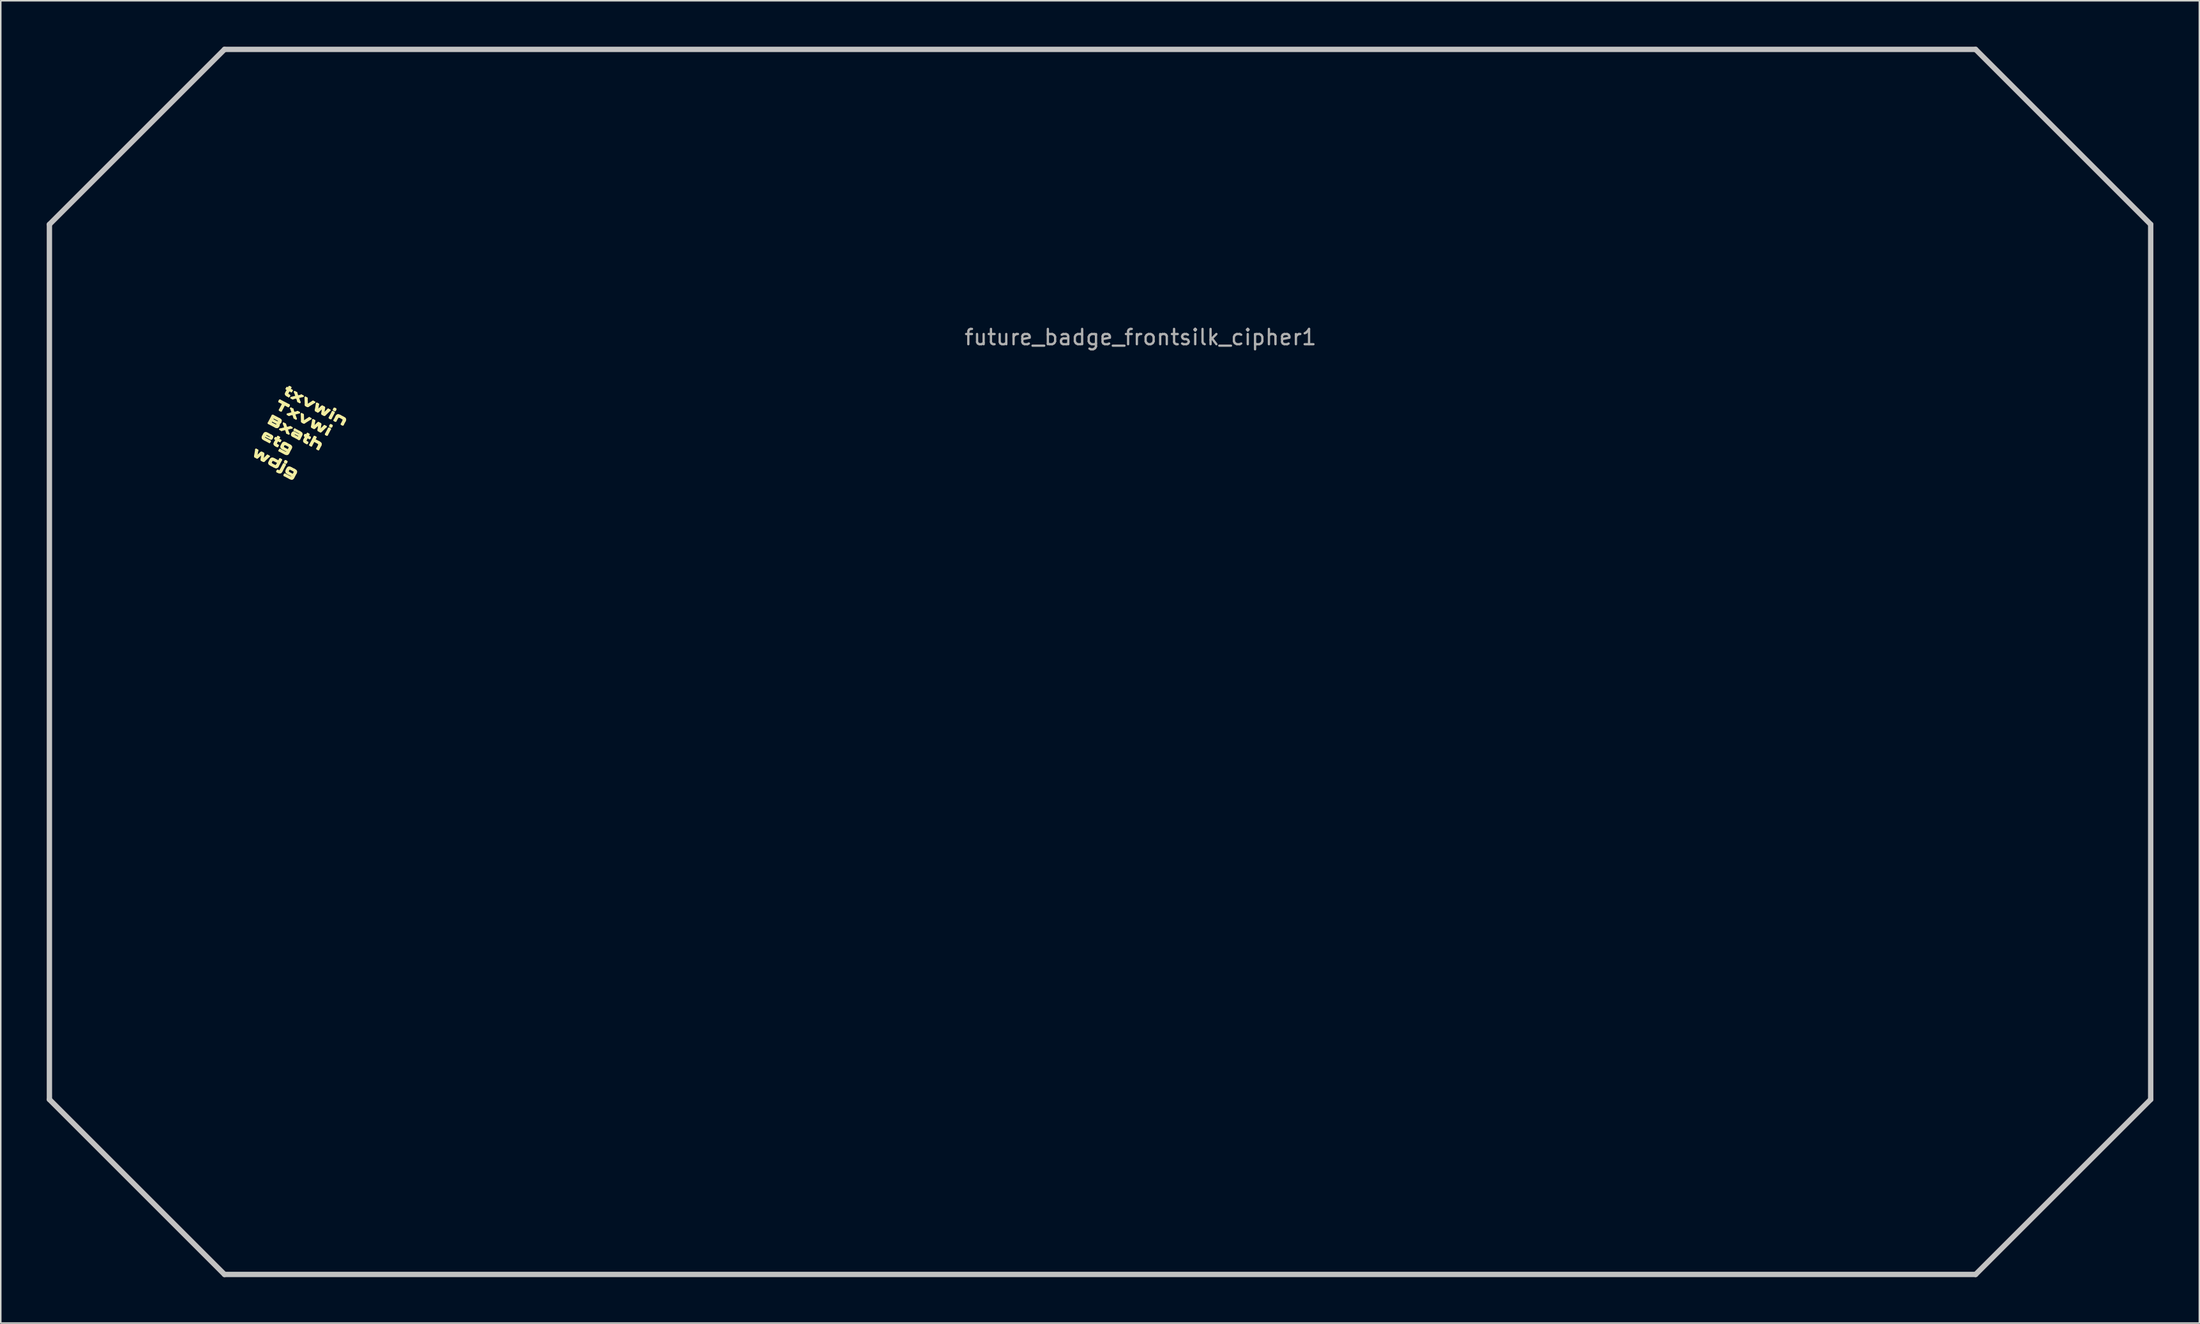
<source format=kicad_pcb>
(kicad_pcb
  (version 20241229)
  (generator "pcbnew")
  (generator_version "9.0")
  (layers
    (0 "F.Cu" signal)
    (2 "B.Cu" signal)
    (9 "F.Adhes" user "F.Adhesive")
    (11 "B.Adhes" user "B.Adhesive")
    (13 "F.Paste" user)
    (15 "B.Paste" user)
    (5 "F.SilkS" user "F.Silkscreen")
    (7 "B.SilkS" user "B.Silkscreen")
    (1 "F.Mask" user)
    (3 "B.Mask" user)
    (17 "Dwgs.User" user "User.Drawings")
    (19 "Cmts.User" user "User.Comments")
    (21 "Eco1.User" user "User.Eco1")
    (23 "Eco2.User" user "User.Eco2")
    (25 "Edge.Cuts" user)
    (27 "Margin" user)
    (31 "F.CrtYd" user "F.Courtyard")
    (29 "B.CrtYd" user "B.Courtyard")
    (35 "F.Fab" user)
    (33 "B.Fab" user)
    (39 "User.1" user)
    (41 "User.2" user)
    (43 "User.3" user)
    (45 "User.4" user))
  (footprint "future_badge_frontsilk_cipher1"
    (layer "F.Cu")
    (at 71.387 19.473)
    (property "Reference" "future_badge_frontsilk_cipher1" (at 0 -0.5 0) (unlocked yes) (layer "F.Fab") (effects (font (size 1 1) (thickness 0.15))))
    (fp_line (start -57.75 7.283) (end -57.662 7.329) (stroke (width 0.09) (type solid)) (layer "F.SilkS"))
    (fp_line (start -57.678 6.862) (end -57.75 7.283) (stroke (width 0.09) (type solid)) (layer "F.SilkS"))
    (fp_line (start -57.662 7.329) (end -57.364 7.059) (stroke (width 0.09) (type solid)) (layer "F.SilkS"))
    (fp_line (start -57.364 7.059) (end -57.276 7.103) (stroke (width 0.09) (type solid)) (layer "F.SilkS"))
    (fp_line (start -57.333 7.496) (end -57.234 7.547) (stroke (width 0.09) (type solid)) (layer "F.SilkS"))
    (fp_line (start -57.276 7.103) (end -57.333 7.496) (stroke (width 0.09) (type solid)) (layer "F.SilkS"))
    (fp_line (start -57.252 6.028) (end -57.241 5.988) (stroke (width 0.09) (type solid)) (layer "F.SilkS"))
    (fp_line (start -57.245 6.069) (end -57.252 6.028) (stroke (width 0.09) (type solid)) (layer "F.SilkS"))
    (fp_line (start -57.241 5.988) (end -57.179 5.87) (stroke (width 0.09) (type solid)) (layer "F.SilkS"))
    (fp_line (start -57.234 7.547) (end -56.941 7.256) (stroke (width 0.09) (type solid)) (layer "F.SilkS"))
    (fp_line (start -57.227 6.097) (end -57.245 6.069) (stroke (width 0.09) (type solid)) (layer "F.SilkS"))
    (fp_line (start -57.184 6.134) (end -57.227 6.097) (stroke (width 0.09) (type solid)) (layer "F.SilkS"))
    (fp_line (start -57.179 5.87) (end -57.14 5.811) (stroke (width 0.09) (type solid)) (layer "F.SilkS"))
    (fp_line (start -57.14 5.811) (end -57.105 5.791) (stroke (width 0.09) (type solid)) (layer "F.SilkS"))
    (fp_line (start -57.105 5.791) (end -57.053 5.791) (stroke (width 0.09) (type solid)) (layer "F.SilkS"))
    (fp_line (start -57.053 5.791) (end -56.986 5.826) (stroke (width 0.09) (type solid)) (layer "F.SilkS"))
    (fp_line (start -56.986 5.826) (end -56.737 5.964) (stroke (width 0.09) (type solid)) (layer "F.SilkS"))
    (fp_line (start -56.863 5.139) (end -56.62 4.678) (stroke (width 0.09) (type solid)) (layer "F.SilkS"))
    (fp_line (start -56.837 6.317) (end -57.184 6.134) (stroke (width 0.09) (type solid)) (layer "F.SilkS"))
    (fp_line (start -56.82 7.71) (end -56.813 7.671) (stroke (width 0.09) (type solid)) (layer "F.SilkS"))
    (fp_line (start -56.813 7.671) (end -56.768 7.587) (stroke (width 0.09) (type solid)) (layer "F.SilkS"))
    (fp_line (start -56.81 7.745) (end -56.82 7.71) (stroke (width 0.09) (type solid)) (layer "F.SilkS"))
    (fp_line (start -56.788 7.775) (end -56.81 7.745) (stroke (width 0.09) (type solid)) (layer "F.SilkS"))
    (fp_line (start -56.774 6.135) (end -57.176 5.928) (stroke (width 0.09) (type solid)) (layer "F.SilkS"))
    (fp_line (start -56.768 7.587) (end -56.705 7.478) (stroke (width 0.09) (type solid)) (layer "F.SilkS"))
    (fp_line (start -56.743 7.803) (end -56.788 7.775) (stroke (width 0.09) (type solid)) (layer "F.SilkS"))
    (fp_line (start -56.74 6.074) (end -56.774 6.135) (stroke (width 0.09) (type solid)) (layer "F.SilkS"))
    (fp_line (start -56.737 5.964) (end -56.725 5.977) (stroke (width 0.09) (type solid)) (layer "F.SilkS"))
    (fp_line (start -56.725 5.977) (end -56.717 6.001) (stroke (width 0.09) (type solid)) (layer "F.SilkS"))
    (fp_line (start -56.719 6.032) (end -56.74 6.074) (stroke (width 0.09) (type solid)) (layer "F.SilkS"))
    (fp_line (start -56.717 6.001) (end -56.719 6.032) (stroke (width 0.09) (type solid)) (layer "F.SilkS"))
    (fp_line (start -56.705 7.478) (end -56.672 7.463) (stroke (width 0.09) (type solid)) (layer "F.SilkS"))
    (fp_line (start -56.672 7.463) (end -56.638 7.461) (stroke (width 0.09) (type solid)) (layer "F.SilkS"))
    (fp_line (start -56.638 7.461) (end -56.599 7.469) (stroke (width 0.09) (type solid)) (layer "F.SilkS"))
    (fp_line (start -56.62 4.678) (end -56.215 4.891) (stroke (width 0.09) (type solid)) (layer "F.SilkS"))
    (fp_line (start -56.599 7.469) (end -56.238 7.657) (stroke (width 0.09) (type solid)) (layer "F.SilkS"))
    (fp_line (start -56.534 7.913) (end -56.743 7.803) (stroke (width 0.09) (type solid)) (layer "F.SilkS"))
    (fp_line (start -56.477 6.468) (end -56.47 6.499) (stroke (width 0.09) (type solid)) (layer "F.SilkS"))
    (fp_line (start -56.473 6.428) (end -56.477 6.468) (stroke (width 0.09) (type solid)) (layer "F.SilkS"))
    (fp_line (start -56.47 6.499) (end -56.436 6.527) (stroke (width 0.09) (type solid)) (layer "F.SilkS"))
    (fp_line (start -56.468 5.293) (end -56.826 5.104) (stroke (width 0.09) (type solid)) (layer "F.SilkS"))
    (fp_line (start -56.467 7.948) (end -56.534 7.913) (stroke (width 0.09) (type solid)) (layer "F.SilkS"))
    (fp_line (start -56.46 6.103) (end -56.148 6.267) (stroke (width 0.09) (type solid)) (layer "F.SilkS"))
    (fp_line (start -56.436 6.527) (end -56.384 6.56) (stroke (width 0.09) (type solid)) (layer "F.SilkS"))
    (fp_line (start -56.421 7.954) (end -56.467 7.948) (stroke (width 0.09) (type solid)) (layer "F.SilkS"))
    (fp_line (start -56.42 5.318) (end -56.468 5.293) (stroke (width 0.09) (type solid)) (layer "F.SilkS"))
    (fp_line (start -56.384 6.56) (end -56.32 6.594) (stroke (width 0.09) (type solid)) (layer "F.SilkS"))
    (fp_line (start -56.381 7.94) (end -56.421 7.954) (stroke (width 0.09) (type solid)) (layer "F.SilkS"))
    (fp_line (start -56.372 5.322) (end -56.42 5.318) (stroke (width 0.09) (type solid)) (layer "F.SilkS"))
    (fp_line (start -56.349 7.907) (end -56.381 7.94) (stroke (width 0.09) (type solid)) (layer "F.SilkS"))
    (fp_line (start -56.343 5.083) (end -56.719 4.882) (stroke (width 0.09) (type solid)) (layer "F.SilkS"))
    (fp_line (start -56.337 5.308) (end -56.372 5.322) (stroke (width 0.09) (type solid)) (layer "F.SilkS"))
    (fp_line (start -56.31 5.099) (end -56.343 5.083) (stroke (width 0.09) (type solid)) (layer "F.SilkS"))
    (fp_line (start -56.301 5.117) (end -56.275 5.168) (stroke (width 0.09) (type solid)) (layer "F.SilkS"))
    (fp_line (start -56.295 5.247) (end -56.337 5.308) (stroke (width 0.09) (type solid)) (layer "F.SilkS"))
    (fp_line (start -56.276 5.21) (end -56.295 5.247) (stroke (width 0.09) (type solid)) (layer "F.SilkS"))
    (fp_line (start -56.275 5.168) (end -56.276 5.21) (stroke (width 0.09) (type solid)) (layer "F.SilkS"))
    (fp_line (start -56.26 6.022) (end -56.473 6.428) (stroke (width 0.09) (type solid)) (layer "F.SilkS"))
    (fp_line (start -56.25 5.088) (end -56.31 5.099) (stroke (width 0.09) (type solid)) (layer "F.SilkS"))
    (fp_line (start -56.247 8.276) (end -56.333 8.231) (stroke (width 0.09) (type solid)) (layer "F.SilkS"))
    (fp_line (start -56.215 4.891) (end -56.178 4.925) (stroke (width 0.09) (type solid)) (layer "F.SilkS"))
    (fp_line (start -56.21 5.067) (end -56.25 5.088) (stroke (width 0.09) (type solid)) (layer "F.SilkS"))
    (fp_line (start -56.193 3.661) (end -55.595 3.975) (stroke (width 0.09) (type solid)) (layer "F.SilkS"))
    (fp_line (start -56.187 6.877) (end -55.795 7.083) (stroke (width 0.09) (type solid)) (layer "F.SilkS"))
    (fp_line (start -56.185 8.297) (end -56.247 8.276) (stroke (width 0.09) (type solid)) (layer "F.SilkS"))
    (fp_line (start -56.18 5.028) (end -56.21 5.067) (stroke (width 0.09) (type solid)) (layer "F.SilkS"))
    (fp_line (start -56.178 4.925) (end -56.161 4.963) (stroke (width 0.09) (type solid)) (layer "F.SilkS"))
    (fp_line (start -56.163 4.996) (end -56.18 5.028) (stroke (width 0.09) (type solid)) (layer "F.SilkS"))
    (fp_line (start -56.161 4.963) (end -56.163 4.996) (stroke (width 0.09) (type solid)) (layer "F.SilkS"))
    (fp_line (start -56.145 8.287) (end -56.185 8.297) (stroke (width 0.09) (type solid)) (layer "F.SilkS"))
    (fp_line (start -56.129 7.487) (end -56.349 7.907) (stroke (width 0.09) (type solid)) (layer "F.SilkS"))
    (fp_line (start -56.115 8.258) (end -56.145 8.287) (stroke (width 0.09) (type solid)) (layer "F.SilkS"))
    (fp_line (start -56.026 6.654) (end -56.024 6.69) (stroke (width 0.09) (type solid)) (layer "F.SilkS"))
    (fp_line (start -56.024 6.69) (end -55.991 6.729) (stroke (width 0.09) (type solid)) (layer "F.SilkS"))
    (fp_line (start -56.023 6.618) (end -56.026 6.654) (stroke (width 0.09) (type solid)) (layer "F.SilkS"))
    (fp_line (start -55.991 6.729) (end -55.616 6.929) (stroke (width 0.09) (type solid)) (layer "F.SilkS"))
    (fp_line (start -55.972 6.499) (end -56.023 6.618) (stroke (width 0.09) (type solid)) (layer "F.SilkS"))
    (fp_line (start -55.936 6.448) (end -55.972 6.499) (stroke (width 0.09) (type solid)) (layer "F.SilkS"))
    (fp_line (start -55.901 3.831) (end -56.135 4.273) (stroke (width 0.09) (type solid)) (layer "F.SilkS"))
    (fp_line (start -55.894 6.432) (end -55.936 6.448) (stroke (width 0.09) (type solid)) (layer "F.SilkS"))
    (fp_line (start -55.88 8.486) (end -55.475 8.689) (stroke (width 0.09) (type solid)) (layer "F.SilkS"))
    (fp_line (start -55.877 7.805) (end -56.115 8.258) (stroke (width 0.09) (type solid)) (layer "F.SilkS"))
    (fp_line (start -55.864 5.167) (end -55.657 5.758) (stroke (width 0.09) (type solid)) (layer "F.SilkS"))
    (fp_line (start -55.835 6.432) (end -55.894 6.432) (stroke (width 0.09) (type solid)) (layer "F.SilkS"))
    (fp_line (start -55.795 7.083) (end -55.746 7.094) (stroke (width 0.09) (type solid)) (layer "F.SilkS"))
    (fp_line (start -55.766 7.594) (end -55.813 7.684) (stroke (width 0.09) (type solid)) (layer "F.SilkS"))
    (fp_line (start -55.746 7.094) (end -55.7 7.083) (stroke (width 0.09) (type solid)) (layer "F.SilkS"))
    (fp_line (start -55.732 3.192) (end -55.728 3.216) (stroke (width 0.09) (type solid)) (layer "F.SilkS"))
    (fp_line (start -55.728 3.216) (end -55.713 3.241) (stroke (width 0.09) (type solid)) (layer "F.SilkS"))
    (fp_line (start -55.717 3.141) (end -55.732 3.192) (stroke (width 0.09) (type solid)) (layer "F.SilkS"))
    (fp_line (start -55.714 2.843) (end -55.407 3.004) (stroke (width 0.09) (type solid)) (layer "F.SilkS"))
    (fp_line (start -55.713 3.241) (end -55.682 3.272) (stroke (width 0.09) (type solid)) (layer "F.SilkS"))
    (fp_line (start -55.703 8.23) (end -55.701 8.271) (stroke (width 0.09) (type solid)) (layer "F.SilkS"))
    (fp_line (start -55.701 8.271) (end -55.682 8.318) (stroke (width 0.09) (type solid)) (layer "F.SilkS"))
    (fp_line (start -55.7 7.083) (end -55.666 7.051) (stroke (width 0.09) (type solid)) (layer "F.SilkS"))
    (fp_line (start -55.682 3.272) (end -55.58 3.325) (stroke (width 0.09) (type solid)) (layer "F.SilkS"))
    (fp_line (start -55.682 8.318) (end -55.636 8.356) (stroke (width 0.09) (type solid)) (layer "F.SilkS"))
    (fp_line (start -55.666 7.051) (end -55.638 7.014) (stroke (width 0.09) (type solid)) (layer "F.SilkS"))
    (fp_line (start -55.638 7.014) (end -55.478 6.691) (stroke (width 0.09) (type solid)) (layer "F.SilkS"))
    (fp_line (start -55.636 8.356) (end -55.298 8.535) (stroke (width 0.09) (type solid)) (layer "F.SilkS"))
    (fp_line (start -55.617 8.067) (end -55.703 8.23) (stroke (width 0.09) (type solid)) (layer "F.SilkS"))
    (fp_line (start -55.583 8.04) (end -55.617 8.067) (stroke (width 0.09) (type solid)) (layer "F.SilkS"))
    (fp_line (start -55.548 8.038) (end -55.583 8.04) (stroke (width 0.09) (type solid)) (layer "F.SilkS"))
    (fp_line (start -55.544 6.584) (end -55.835 6.432) (stroke (width 0.09) (type solid)) (layer "F.SilkS"))
    (fp_line (start -55.518 2.763) (end -55.717 3.141) (stroke (width 0.09) (type solid)) (layer "F.SilkS"))
    (fp_line (start -55.509 6.612) (end -55.544 6.584) (stroke (width 0.09) (type solid)) (layer "F.SilkS"))
    (fp_line (start -55.48 6.647) (end -55.509 6.612) (stroke (width 0.09) (type solid)) (layer "F.SilkS"))
    (fp_line (start -55.48 8.056) (end -55.548 8.038) (stroke (width 0.09) (type solid)) (layer "F.SilkS"))
    (fp_line (start -55.478 6.691) (end -55.48 6.647) (stroke (width 0.09) (type solid)) (layer "F.SilkS"))
    (fp_line (start -55.475 8.689) (end -55.407 8.701) (stroke (width 0.09) (type solid)) (layer "F.SilkS"))
    (fp_line (start -55.455 5.382) (end -56.091 5.538) (stroke (width 0.09) (type solid)) (layer "F.SilkS"))
    (fp_line (start -55.407 8.701) (end -55.365 8.682) (stroke (width 0.09) (type solid)) (layer "F.SilkS"))
    (fp_line (start -55.39 4.182) (end -55.183 4.775) (stroke (width 0.09) (type solid)) (layer "F.SilkS"))
    (fp_line (start -55.365 8.682) (end -55.329 8.642) (stroke (width 0.09) (type solid)) (layer "F.SilkS"))
    (fp_line (start -55.362 3.478) (end -54.727 3.319) (stroke (width 0.09) (type solid)) (layer "F.SilkS"))
    (fp_line (start -55.34 5.871) (end -55.335 5.832) (stroke (width 0.09) (type solid)) (layer "F.SilkS"))
    (fp_line (start -55.335 5.832) (end -55.313 5.792) (stroke (width 0.09) (type solid)) (layer "F.SilkS"))
    (fp_line (start -55.333 5.891) (end -55.34 5.871) (stroke (width 0.09) (type solid)) (layer "F.SilkS"))
    (fp_line (start -55.329 8.642) (end -55.149 8.3) (stroke (width 0.09) (type solid)) (layer "F.SilkS"))
    (fp_line (start -55.313 5.792) (end -55.29 5.756) (stroke (width 0.09) (type solid)) (layer "F.SilkS"))
    (fp_line (start -55.299 5.915) (end -55.333 5.891) (stroke (width 0.09) (type solid)) (layer "F.SilkS"))
    (fp_line (start -55.29 5.756) (end -55.249 5.744) (stroke (width 0.09) (type solid)) (layer "F.SilkS"))
    (fp_line (start -55.249 5.744) (end -55.186 5.763) (stroke (width 0.09) (type solid)) (layer "F.SilkS"))
    (fp_line (start -55.219 5.544) (end -54.86 5.733) (stroke (width 0.09) (type solid)) (layer "F.SilkS"))
    (fp_line (start -55.186 5.763) (end -54.87 5.934) (stroke (width 0.09) (type solid)) (layer "F.SilkS"))
    (fp_line (start -55.185 8.211) (end -55.48 8.056) (stroke (width 0.09) (type solid)) (layer "F.SilkS"))
    (fp_line (start -55.153 8.259) (end -55.185 8.211) (stroke (width 0.09) (type solid)) (layer "F.SilkS"))
    (fp_line (start -55.149 8.3) (end -55.153 8.259) (stroke (width 0.09) (type solid)) (layer "F.SilkS"))
    (fp_line (start -55.141 3.101) (end -54.93 3.705) (stroke (width 0.09) (type solid)) (layer "F.SilkS"))
    (fp_line (start -54.996 6.074) (end -55.299 5.915) (stroke (width 0.09) (type solid)) (layer "F.SilkS"))
    (fp_line (start -54.98 4.397) (end -55.604 4.554) (stroke (width 0.09) (type solid)) (layer "F.SilkS"))
    (fp_line (start -54.935 6.106) (end -54.996 6.074) (stroke (width 0.09) (type solid)) (layer "F.SilkS"))
    (fp_line (start -54.86 5.733) (end -54.817 5.768) (stroke (width 0.09) (type solid)) (layer "F.SilkS"))
    (fp_line (start -54.829 5.904) (end -54.935 6.106) (stroke (width 0.09) (type solid)) (layer "F.SilkS"))
    (fp_line (start -54.817 5.768) (end -54.798 5.807) (stroke (width 0.09) (type solid)) (layer "F.SilkS"))
    (fp_line (start -54.798 5.807) (end -54.798 5.845) (stroke (width 0.09) (type solid)) (layer "F.SilkS"))
    (fp_line (start -54.798 5.845) (end -54.829 5.904) (stroke (width 0.09) (type solid)) (layer "F.SilkS"))
    (fp_line (start -54.704 4.536) (end -54.688 4.998) (stroke (width 0.09) (type solid)) (layer "F.SilkS"))
    (fp_line (start -54.688 4.998) (end -54.595 5.047) (stroke (width 0.09) (type solid)) (layer "F.SilkS"))
    (fp_line (start -54.595 5.047) (end -54.219 4.795) (stroke (width 0.09) (type solid)) (layer "F.SilkS"))
    (fp_line (start -54.545 6.254) (end -54.543 6.273) (stroke (width 0.09) (type solid)) (layer "F.SilkS"))
    (fp_line (start -54.543 6.273) (end -54.536 6.295) (stroke (width 0.09) (type solid)) (layer "F.SilkS"))
    (fp_line (start -54.536 6.295) (end -54.509 6.325) (stroke (width 0.09) (type solid)) (layer "F.SilkS"))
    (fp_line (start -54.533 5.904) (end -54.22 6.069) (stroke (width 0.09) (type solid)) (layer "F.SilkS"))
    (fp_line (start -54.525 6.195) (end -54.545 6.254) (stroke (width 0.09) (type solid)) (layer "F.SilkS"))
    (fp_line (start -54.509 6.325) (end -54.394 6.399) (stroke (width 0.09) (type solid)) (layer "F.SilkS"))
    (fp_line (start -54.454 3.462) (end -54.441 3.929) (stroke (width 0.09) (type solid)) (layer "F.SilkS"))
    (fp_line (start -54.441 3.929) (end -54.367 3.968) (stroke (width 0.09) (type solid)) (layer "F.SilkS"))
    (fp_line (start -54.367 3.968) (end -53.977 3.722) (stroke (width 0.09) (type solid)) (layer "F.SilkS"))
    (fp_line (start -54.328 5.82) (end -54.525 6.195) (stroke (width 0.09) (type solid)) (layer "F.SilkS"))
    (fp_line (start -54.037 5.339) (end -53.938 5.391) (stroke (width 0.09) (type solid)) (layer "F.SilkS"))
    (fp_line (start -53.966 6.203) (end -53.622 6.384) (stroke (width 0.09) (type solid)) (layer "F.SilkS"))
    (fp_line (start -53.96 4.938) (end -54.037 5.339) (stroke (width 0.09) (type solid)) (layer "F.SilkS"))
    (fp_line (start -53.938 5.391) (end -53.649 5.129) (stroke (width 0.09) (type solid)) (layer "F.SilkS"))
    (fp_line (start -53.877 6.019) (end -54.157 6.552) (stroke (width 0.09) (type solid)) (layer "F.SilkS"))
    (fp_line (start -53.79 4.27) (end -53.691 4.322) (stroke (width 0.09) (type solid)) (layer "F.SilkS"))
    (fp_line (start -53.716 3.864) (end -53.79 4.27) (stroke (width 0.09) (type solid)) (layer "F.SilkS"))
    (fp_line (start -53.691 4.322) (end -53.405 4.053) (stroke (width 0.09) (type solid)) (layer "F.SilkS"))
    (fp_line (start -53.649 5.129) (end -53.563 5.178) (stroke (width 0.09) (type solid)) (layer "F.SilkS"))
    (fp_line (start -53.622 6.384) (end -53.566 6.428) (stroke (width 0.09) (type solid)) (layer "F.SilkS"))
    (fp_line (start -53.612 5.563) (end -53.514 5.614) (stroke (width 0.09) (type solid)) (layer "F.SilkS"))
    (fp_line (start -53.573 6.569) (end -53.691 6.793) (stroke (width 0.09) (type solid)) (layer "F.SilkS"))
    (fp_line (start -53.566 6.428) (end -53.554 6.455) (stroke (width 0.09) (type solid)) (layer "F.SilkS"))
    (fp_line (start -53.563 5.178) (end -53.612 5.563) (stroke (width 0.09) (type solid)) (layer "F.SilkS"))
    (fp_line (start -53.554 6.455) (end -53.548 6.483) (stroke (width 0.09) (type solid)) (layer "F.SilkS"))
    (fp_line (start -53.548 6.522) (end -53.573 6.569) (stroke (width 0.09) (type solid)) (layer "F.SilkS"))
    (fp_line (start -53.548 6.483) (end -53.548 6.522) (stroke (width 0.09) (type solid)) (layer "F.SilkS"))
    (fp_line (start -53.514 5.614) (end -53.223 5.325) (stroke (width 0.09) (type solid)) (layer "F.SilkS"))
    (fp_line (start -53.405 4.053) (end -53.316 4.098) (stroke (width 0.09) (type solid)) (layer "F.SilkS"))
    (fp_line (start -53.373 4.481) (end -53.264 4.537) (stroke (width 0.09) (type solid)) (layer "F.SilkS"))
    (fp_line (start -53.316 4.098) (end -53.373 4.481) (stroke (width 0.09) (type solid)) (layer "F.SilkS"))
    (fp_line (start -53.264 4.537) (end -52.973 4.244) (stroke (width 0.09) (type solid)) (layer "F.SilkS"))
    (fp_line (start -52.935 5.476) (end -53.136 5.857) (stroke (width 0.09) (type solid)) (layer "F.SilkS"))
    (fp_line (start -52.857 5.327) (end -52.818 5.252) (stroke (width 0.09) (type solid)) (layer "F.SilkS"))
    (fp_line (start -52.687 4.394) (end -52.891 4.782) (stroke (width 0.09) (type solid)) (layer "F.SilkS"))
    (fp_line (start -52.576 4.941) (end -52.436 4.674) (stroke (width 0.09) (type solid)) (layer "F.SilkS"))
    (fp_line (start -52.569 4.169) (end -52.612 4.251) (stroke (width 0.09) (type solid)) (layer "F.SilkS"))
    (fp_line (start -52.436 4.674) (end -52.411 4.652) (stroke (width 0.09) (type solid)) (layer "F.SilkS"))
    (fp_line (start -52.411 4.652) (end -52.374 4.633) (stroke (width 0.09) (type solid)) (layer "F.SilkS"))
    (fp_line (start -52.374 4.633) (end -52.331 4.63) (stroke (width 0.09) (type solid)) (layer "F.SilkS"))
    (fp_line (start -52.331 4.63) (end -52.263 4.657) (stroke (width 0.09) (type solid)) (layer "F.SilkS"))
    (fp_line (start -52.263 4.657) (end -52.023 4.787) (stroke (width 0.09) (type solid)) (layer "F.SilkS"))
    (fp_line (start -52.023 4.787) (end -51.991 4.81) (stroke (width 0.09) (type solid)) (layer "F.SilkS"))
    (fp_line (start -52.01 5.022) (end -52.099 5.192) (stroke (width 0.09) (type solid)) (layer "F.SilkS"))
    (fp_line (start -51.991 4.81) (end -51.968 4.837) (stroke (width 0.09) (type solid)) (layer "F.SilkS"))
    (fp_line (start -51.968 4.837) (end -51.957 4.866) (stroke (width 0.09) (type solid)) (layer "F.SilkS"))
    (fp_line (start -51.968 4.941) (end -52.01 5.022) (stroke (width 0.09) (type solid)) (layer "F.SilkS"))
    (fp_line (start -51.961 4.907) (end -51.968 4.941) (stroke (width 0.09) (type solid)) (layer "F.SilkS"))
    (fp_line (start -51.957 4.866) (end -51.961 4.907) (stroke (width 0.09) (type solid)) (layer "F.SilkS"))
    (fp_curve (pts (xy -57.81 7.245) (xy -57.81 7.245) (xy -57.739 6.834) (xy -57.739 6.834)) (stroke (width 0.09) (type solid)) (layer "F.SilkS"))
    (fp_curve (pts (xy -57.808 7.295) (xy -57.813 7.284) (xy -57.814 7.268) (xy -57.81 7.245)) (stroke (width 0.09) (type solid)) (layer "F.SilkS"))
    (fp_curve (pts (xy -57.776 7.323) (xy -57.792 7.315) (xy -57.803 7.305) (xy -57.808 7.295)) (stroke (width 0.09) (type solid)) (layer "F.SilkS"))
    (fp_curve (pts (xy -57.739 6.834) (xy -57.738 6.828) (xy -57.735 6.823) (xy -57.732 6.821)) (stroke (width 0.09) (type solid)) (layer "F.SilkS"))
    (fp_curve (pts (xy -57.732 6.821) (xy -57.729 6.818) (xy -57.724 6.819) (xy -57.716 6.823)) (stroke (width 0.09) (type solid)) (layer "F.SilkS"))
    (fp_curve (pts (xy -57.716 6.823) (xy -57.716 6.823) (xy -57.631 6.868) (xy -57.631 6.868)) (stroke (width 0.09) (type solid)) (layer "F.SilkS"))
    (fp_curve (pts (xy -57.686 7.252) (xy -57.686 7.257) (xy -57.684 7.26) (xy -57.681 7.262)) (stroke (width 0.09) (type solid)) (layer "F.SilkS"))
    (fp_curve (pts (xy -57.681 7.262) (xy -57.681 7.262) (xy -57.678 7.263) (xy -57.678 7.263)) (stroke (width 0.09) (type solid)) (layer "F.SilkS"))
    (fp_curve (pts (xy -57.681 7.373) (xy -57.681 7.373) (xy -57.776 7.323) (xy -57.776 7.323)) (stroke (width 0.09) (type solid)) (layer "F.SilkS"))
    (fp_curve (pts (xy -57.678 7.263) (xy -57.673 7.266) (xy -57.67 7.265) (xy -57.667 7.262)) (stroke (width 0.09) (type solid)) (layer "F.SilkS"))
    (fp_curve (pts (xy -57.667 7.262) (xy -57.667 7.262) (xy -57.414 7.028) (xy -57.414 7.028)) (stroke (width 0.09) (type solid)) (layer "F.SilkS"))
    (fp_curve (pts (xy -57.645 7.379) (xy -57.655 7.382) (xy -57.667 7.38) (xy -57.681 7.373)) (stroke (width 0.09) (type solid)) (layer "F.SilkS"))
    (fp_curve (pts (xy -57.631 6.868) (xy -57.622 6.873) (xy -57.618 6.88) (xy -57.62 6.889)) (stroke (width 0.09) (type solid)) (layer "F.SilkS"))
    (fp_curve (pts (xy -57.62 6.889) (xy -57.62 6.889) (xy -57.686 7.252) (xy -57.686 7.252)) (stroke (width 0.09) (type solid)) (layer "F.SilkS"))
    (fp_curve (pts (xy -57.605 7.353) (xy -57.621 7.367) (xy -57.634 7.376) (xy -57.645 7.379)) (stroke (width 0.09) (type solid)) (layer "F.SilkS"))
    (fp_curve (pts (xy -57.414 7.028) (xy -57.402 7.017) (xy -57.391 7.011) (xy -57.381 7.009)) (stroke (width 0.09) (type solid)) (layer "F.SilkS"))
    (fp_curve (pts (xy -57.387 7.467) (xy -57.387 7.467) (xy -57.342 7.138) (xy -57.342 7.138)) (stroke (width 0.09) (type solid)) (layer "F.SilkS"))
    (fp_curve (pts (xy -57.386 7.515) (xy -57.39 7.504) (xy -57.39 7.489) (xy -57.387 7.467)) (stroke (width 0.09) (type solid)) (layer "F.SilkS"))
    (fp_curve (pts (xy -57.381 7.009) (xy -57.371 7.007) (xy -57.36 7.01) (xy -57.346 7.017)) (stroke (width 0.09) (type solid)) (layer "F.SilkS"))
    (fp_curve (pts (xy -57.361 7.541) (xy -57.374 7.534) (xy -57.382 7.526) (xy -57.386 7.515)) (stroke (width 0.09) (type solid)) (layer "F.SilkS"))
    (fp_curve (pts (xy -57.36 7.128) (xy -57.36 7.128) (xy -57.605 7.353) (xy -57.605 7.353)) (stroke (width 0.09) (type solid)) (layer "F.SilkS"))
    (fp_curve (pts (xy -57.351 7.127) (xy -57.355 7.125) (xy -57.358 7.126) (xy -57.36 7.128)) (stroke (width 0.09) (type solid)) (layer "F.SilkS"))
    (fp_curve (pts (xy -57.346 7.017) (xy -57.346 7.017) (xy -57.256 7.065) (xy -57.256 7.065)) (stroke (width 0.09) (type solid)) (layer "F.SilkS"))
    (fp_curve (pts (xy -57.346 7.13) (xy -57.346 7.13) (xy -57.351 7.127) (xy -57.351 7.127)) (stroke (width 0.09) (type solid)) (layer "F.SilkS"))
    (fp_curve (pts (xy -57.342 7.138) (xy -57.341 7.134) (xy -57.343 7.132) (xy -57.346 7.13)) (stroke (width 0.09) (type solid)) (layer "F.SilkS"))
    (fp_curve (pts (xy -57.314 6.022) (xy -57.31 5.999) (xy -57.301 5.974) (xy -57.286 5.947)) (stroke (width 0.09) (type solid)) (layer "F.SilkS"))
    (fp_curve (pts (xy -57.309 6.085) (xy -57.317 6.066) (xy -57.318 6.045) (xy -57.314 6.022)) (stroke (width 0.09) (type solid)) (layer "F.SilkS"))
    (fp_curve (pts (xy -57.286 5.947) (xy -57.286 5.947) (xy -57.229 5.838) (xy -57.229 5.838)) (stroke (width 0.09) (type solid)) (layer "F.SilkS"))
    (fp_curve (pts (xy -57.276 7.468) (xy -57.277 7.472) (xy -57.276 7.475) (xy -57.271 7.477)) (stroke (width 0.09) (type solid)) (layer "F.SilkS"))
    (fp_curve (pts (xy -57.271 7.477) (xy -57.271 7.477) (xy -57.268 7.479) (xy -57.268 7.479)) (stroke (width 0.09) (type solid)) (layer "F.SilkS"))
    (fp_curve (pts (xy -57.268 7.479) (xy -57.265 7.481) (xy -57.261 7.48) (xy -57.258 7.477)) (stroke (width 0.09) (type solid)) (layer "F.SilkS"))
    (fp_curve (pts (xy -57.268 6.142) (xy -57.288 6.124) (xy -57.302 6.105) (xy -57.309 6.085)) (stroke (width 0.09) (type solid)) (layer "F.SilkS"))
    (fp_curve (pts (xy -57.266 7.591) (xy -57.266 7.591) (xy -57.361 7.541) (xy -57.361 7.541)) (stroke (width 0.09) (type solid)) (layer "F.SilkS"))
    (fp_curve (pts (xy -57.258 7.477) (xy -57.258 7.477) (xy -56.995 7.217) (xy -56.995 7.217)) (stroke (width 0.09) (type solid)) (layer "F.SilkS"))
    (fp_curve (pts (xy -57.256 7.065) (xy -57.242 7.072) (xy -57.233 7.08) (xy -57.229 7.089)) (stroke (width 0.09) (type solid)) (layer "F.SilkS"))
    (fp_curve (pts (xy -57.229 7.089) (xy -57.225 7.098) (xy -57.224 7.11) (xy -57.226 7.127)) (stroke (width 0.09) (type solid)) (layer "F.SilkS"))
    (fp_curve (pts (xy -57.229 5.838) (xy -57.214 5.81) (xy -57.199 5.789) (xy -57.183 5.772)) (stroke (width 0.09) (type solid)) (layer "F.SilkS"))
    (fp_curve (pts (xy -57.226 7.127) (xy -57.226 7.127) (xy -57.276 7.468) (xy -57.276 7.468)) (stroke (width 0.09) (type solid)) (layer "F.SilkS"))
    (fp_curve (pts (xy -57.224 7.602) (xy -57.235 7.603) (xy -57.249 7.6) (xy -57.266 7.591)) (stroke (width 0.09) (type solid)) (layer "F.SilkS"))
    (fp_curve (pts (xy -57.186 6.195) (xy -57.221 6.177) (xy -57.248 6.159) (xy -57.268 6.142)) (stroke (width 0.09) (type solid)) (layer "F.SilkS"))
    (fp_curve (pts (xy -57.186 6.059) (xy -57.18 6.076) (xy -57.161 6.092) (xy -57.128 6.11)) (stroke (width 0.09) (type solid)) (layer "F.SilkS"))
    (fp_curve (pts (xy -57.183 5.772) (xy -57.167 5.756) (xy -57.148 5.745) (xy -57.128 5.74)) (stroke (width 0.09) (type solid)) (layer "F.SilkS"))
    (fp_curve (pts (xy -57.182 7.575) (xy -57.199 7.591) (xy -57.212 7.6) (xy -57.224 7.602)) (stroke (width 0.09) (type solid)) (layer "F.SilkS"))
    (fp_curve (pts (xy -57.176 5.998) (xy -57.188 6.022) (xy -57.192 6.042) (xy -57.186 6.059)) (stroke (width 0.09) (type solid)) (layer "F.SilkS"))
    (fp_curve (pts (xy -57.166 5.98) (xy -57.166 5.98) (xy -57.176 5.998) (xy -57.176 5.998)) (stroke (width 0.09) (type solid)) (layer "F.SilkS"))
    (fp_curve (pts (xy -57.128 6.11) (xy -57.128 6.11) (xy -56.811 6.276) (xy -56.811 6.276)) (stroke (width 0.09) (type solid)) (layer "F.SilkS"))
    (fp_curve (pts (xy -57.128 5.74) (xy -57.107 5.735) (xy -57.084 5.736) (xy -57.058 5.742)) (stroke (width 0.09) (type solid)) (layer "F.SilkS"))
    (fp_curve (pts (xy -57.127 5.928) (xy -57.127 5.928) (xy -56.82 6.09) (xy -56.82 6.09)) (stroke (width 0.09) (type solid)) (layer "F.SilkS"))
    (fp_curve (pts (xy -57.12 5.892) (xy -57.12 5.892) (xy -57.131 5.913) (xy -57.131 5.913)) (stroke (width 0.09) (type solid)) (layer "F.SilkS"))
    (fp_curve (pts (xy -57.075 5.849) (xy -57.092 5.853) (xy -57.107 5.868) (xy -57.12 5.892)) (stroke (width 0.09) (type solid)) (layer "F.SilkS"))
    (fp_curve (pts (xy -57.058 5.742) (xy -57.032 5.748) (xy -57.002 5.761) (xy -56.967 5.779)) (stroke (width 0.09) (type solid)) (layer "F.SilkS"))
    (fp_curve (pts (xy -57.001 5.85) (xy -57.034 5.833) (xy -57.059 5.826) (xy -57.075 5.831)) (stroke (width 0.09) (type solid)) (layer "F.SilkS"))
    (fp_curve (pts (xy -56.995 7.217) (xy -56.99 7.21) (xy -56.982 7.209) (xy -56.971 7.214)) (stroke (width 0.09) (type solid)) (layer "F.SilkS"))
    (fp_curve (pts (xy -56.971 7.214) (xy -56.971 7.214) (xy -56.886 7.259) (xy -56.886 7.259)) (stroke (width 0.09) (type solid)) (layer "F.SilkS"))
    (fp_curve (pts (xy -56.967 5.779) (xy -56.967 5.779) (xy -56.745 5.895) (xy -56.745 5.895)) (stroke (width 0.09) (type solid)) (layer "F.SilkS"))
    (fp_curve (pts (xy -56.919 5.095) (xy -56.919 5.095) (xy -56.664 4.61) (xy -56.664 4.61)) (stroke (width 0.09) (type solid)) (layer "F.SilkS"))
    (fp_curve (pts (xy -56.908 5.13) (xy -56.923 5.122) (xy -56.927 5.111) (xy -56.919 5.095)) (stroke (width 0.09) (type solid)) (layer "F.SilkS"))
    (fp_curve (pts (xy -56.886 7.259) (xy -56.879 7.263) (xy -56.876 7.267) (xy -56.876 7.271)) (stroke (width 0.09) (type solid)) (layer "F.SilkS"))
    (fp_curve (pts (xy -56.883 7.686) (xy -56.879 7.664) (xy -56.87 7.639) (xy -56.856 7.611)) (stroke (width 0.09) (type solid)) (layer "F.SilkS"))
    (fp_curve (pts (xy -56.882 7.284) (xy -56.882 7.284) (xy -57.182 7.575) (xy -57.182 7.575)) (stroke (width 0.09) (type solid)) (layer "F.SilkS"))
    (fp_curve (pts (xy -56.879 7.75) (xy -56.886 7.73) (xy -56.888 7.709) (xy -56.883 7.686)) (stroke (width 0.09) (type solid)) (layer "F.SilkS"))
    (fp_curve (pts (xy -56.876 7.271) (xy -56.876 7.275) (xy -56.878 7.28) (xy -56.882 7.284)) (stroke (width 0.09) (type solid)) (layer "F.SilkS"))
    (fp_curve (pts (xy -56.859 6.367) (xy -56.859 6.367) (xy -57.186 6.195) (xy -57.186 6.195)) (stroke (width 0.09) (type solid)) (layer "F.SilkS"))
    (fp_curve (pts (xy -56.856 7.611) (xy -56.856 7.611) (xy -56.798 7.502) (xy -56.798 7.502)) (stroke (width 0.09) (type solid)) (layer "F.SilkS"))
    (fp_curve (pts (xy -56.838 6.361) (xy -56.843 6.37) (xy -56.85 6.372) (xy -56.859 6.367)) (stroke (width 0.09) (type solid)) (layer "F.SilkS"))
    (fp_curve (pts (xy -56.837 7.806) (xy -56.857 7.788) (xy -56.871 7.77) (xy -56.879 7.75)) (stroke (width 0.09) (type solid)) (layer "F.SilkS"))
    (fp_curve (pts (xy -56.823 6.074) (xy -56.815 6.079) (xy -56.808 6.077) (xy -56.804 6.068)) (stroke (width 0.09) (type solid)) (layer "F.SilkS"))
    (fp_curve (pts (xy -56.811 6.276) (xy -56.802 6.281) (xy -56.8 6.288) (xy -56.805 6.297)) (stroke (width 0.09) (type solid)) (layer "F.SilkS"))
    (fp_curve (pts (xy -56.811 5.95) (xy -56.811 5.95) (xy -57.001 5.85) (xy -57.001 5.85)) (stroke (width 0.09) (type solid)) (layer "F.SilkS"))
    (fp_curve (pts (xy -56.805 6.297) (xy -56.805 6.297) (xy -56.838 6.361) (xy -56.838 6.361)) (stroke (width 0.09) (type solid)) (layer "F.SilkS"))
    (fp_curve (pts (xy -56.804 6.068) (xy -56.804 6.068) (xy -56.787 6.036) (xy -56.787 6.036)) (stroke (width 0.09) (type solid)) (layer "F.SilkS"))
    (fp_curve (pts (xy -56.798 7.502) (xy -56.784 7.475) (xy -56.769 7.453) (xy -56.752 7.437)) (stroke (width 0.09) (type solid)) (layer "F.SilkS"))
    (fp_curve (pts (xy -56.78 6.036) (xy -56.772 6.02) (xy -56.769 6.008) (xy -56.772 5.998)) (stroke (width 0.09) (type solid)) (layer "F.SilkS"))
    (fp_curve (pts (xy -56.759 5.998) (xy -56.762 5.988) (xy -56.772 5.978) (xy -56.79 5.969)) (stroke (width 0.09) (type solid)) (layer "F.SilkS"))
    (fp_curve (pts (xy -56.756 7.859) (xy -56.79 7.841) (xy -56.817 7.824) (xy -56.837 7.806)) (stroke (width 0.09) (type solid)) (layer "F.SilkS"))
    (fp_curve (pts (xy -56.755 5.065) (xy -56.758 5.071) (xy -56.757 5.076) (xy -56.75 5.08)) (stroke (width 0.09) (type solid)) (layer "F.SilkS"))
    (fp_curve (pts (xy -56.753 7.689) (xy -56.756 7.701) (xy -56.756 7.712) (xy -56.753 7.722)) (stroke (width 0.09) (type solid)) (layer "F.SilkS"))
    (fp_curve (pts (xy -56.753 7.722) (xy -56.75 7.731) (xy -56.744 7.74) (xy -56.735 7.749)) (stroke (width 0.09) (type solid)) (layer "F.SilkS"))
    (fp_curve (pts (xy -56.752 7.437) (xy -56.736 7.42) (xy -56.718 7.41) (xy -56.697 7.405)) (stroke (width 0.09) (type solid)) (layer "F.SilkS"))
    (fp_curve (pts (xy -56.75 5.08) (xy -56.75 5.08) (xy -56.439 5.243) (xy -56.439 5.243)) (stroke (width 0.09) (type solid)) (layer "F.SilkS"))
    (fp_curve (pts (xy -56.75 6.15) (xy -56.75 6.15) (xy -57.133 5.949) (xy -57.133 5.949)) (stroke (width 0.09) (type solid)) (layer "F.SilkS"))
    (fp_curve (pts (xy -56.745 5.895) (xy -56.719 5.909) (xy -56.699 5.922) (xy -56.684 5.936)) (stroke (width 0.09) (type solid)) (layer "F.SilkS"))
    (fp_curve (pts (xy -56.736 7.647) (xy -56.745 7.663) (xy -56.75 7.677) (xy -56.753 7.689)) (stroke (width 0.09) (type solid)) (layer "F.SilkS"))
    (fp_curve (pts (xy -56.735 7.749) (xy -56.726 7.757) (xy -56.713 7.766) (xy -56.697 7.774)) (stroke (width 0.09) (type solid)) (layer "F.SilkS"))
    (fp_curve (pts (xy -56.701 7.58) (xy -56.701 7.58) (xy -56.736 7.647) (xy -56.736 7.647)) (stroke (width 0.09) (type solid)) (layer "F.SilkS"))
    (fp_curve (pts (xy -56.697 7.774) (xy -56.697 7.774) (xy -56.506 7.875) (xy -56.506 7.875)) (stroke (width 0.09) (type solid)) (layer "F.SilkS"))
    (fp_curve (pts (xy -56.697 7.405) (xy -56.677 7.399) (xy -56.654 7.4) (xy -56.627 7.406)) (stroke (width 0.09) (type solid)) (layer "F.SilkS"))
    (fp_curve (pts (xy -56.695 4.952) (xy -56.695 4.952) (xy -56.755 5.065) (xy -56.755 5.065)) (stroke (width 0.09) (type solid)) (layer "F.SilkS"))
    (fp_curve (pts (xy -56.684 5.936) (xy -56.67 5.949) (xy -56.66 5.963) (xy -56.655 5.978)) (stroke (width 0.09) (type solid)) (layer "F.SilkS"))
    (fp_curve (pts (xy -56.676 7.542) (xy -56.684 7.551) (xy -56.692 7.564) (xy -56.701 7.58)) (stroke (width 0.09) (type solid)) (layer "F.SilkS"))
    (fp_curve (pts (xy -56.672 6.078) (xy -56.672 6.078) (xy -56.71 6.15) (xy -56.71 6.15)) (stroke (width 0.09) (type solid)) (layer "F.SilkS"))
    (fp_curve (pts (xy -56.664 4.61) (xy -56.656 4.595) (xy -56.644 4.591) (xy -56.629 4.599)) (stroke (width 0.09) (type solid)) (layer "F.SilkS"))
    (fp_curve (pts (xy -56.655 5.978) (xy -56.651 5.993) (xy -56.65 6.01) (xy -56.655 6.028)) (stroke (width 0.09) (type solid)) (layer "F.SilkS"))
    (fp_curve (pts (xy -56.655 6.028) (xy -56.659 6.046) (xy -56.667 6.066) (xy -56.679 6.089)) (stroke (width 0.09) (type solid)) (layer "F.SilkS"))
    (fp_curve (pts (xy -56.652 4.869) (xy -56.652 4.869) (xy -56.341 5.032) (xy -56.341 5.032)) (stroke (width 0.09) (type solid)) (layer "F.SilkS"))
    (fp_curve (pts (xy -56.649 7.523) (xy -56.659 7.526) (xy -56.667 7.532) (xy -56.676 7.542)) (stroke (width 0.09) (type solid)) (layer "F.SilkS"))
    (fp_curve (pts (xy -56.629 4.599) (xy -56.629 4.599) (xy -56.192 4.829) (xy -56.192 4.829)) (stroke (width 0.09) (type solid)) (layer "F.SilkS"))
    (fp_curve (pts (xy -56.627 7.406) (xy -56.601 7.413) (xy -56.571 7.425) (xy -56.537 7.443)) (stroke (width 0.09) (type solid)) (layer "F.SilkS"))
    (fp_curve (pts (xy -56.616 7.523) (xy -56.628 7.52) (xy -56.639 7.52) (xy -56.649 7.523)) (stroke (width 0.09) (type solid)) (layer "F.SilkS"))
    (fp_curve (pts (xy -56.596 4.763) (xy -56.596 4.763) (xy -56.652 4.869) (xy -56.652 4.869)) (stroke (width 0.09) (type solid)) (layer "F.SilkS"))
    (fp_curve (pts (xy -56.581 4.758) (xy -56.588 4.754) (xy -56.592 4.756) (xy -56.596 4.763)) (stroke (width 0.09) (type solid)) (layer "F.SilkS"))
    (fp_curve (pts (xy -56.574 7.54) (xy -56.59 7.531) (xy -56.604 7.525) (xy -56.616 7.523)) (stroke (width 0.09) (type solid)) (layer "F.SilkS"))
    (fp_curve (pts (xy -56.543 7.971) (xy -56.543 7.971) (xy -56.756 7.859) (xy -56.756 7.859)) (stroke (width 0.09) (type solid)) (layer "F.SilkS"))
    (fp_curve (pts (xy -56.537 6.492) (xy -56.543 6.473) (xy -56.543 6.453) (xy -56.537 6.432)) (stroke (width 0.09) (type solid)) (layer "F.SilkS"))
    (fp_curve (pts (xy -56.537 6.432) (xy -56.532 6.41) (xy -56.522 6.386) (xy -56.508 6.359)) (stroke (width 0.09) (type solid)) (layer "F.SilkS"))
    (fp_curve (pts (xy -56.537 7.443) (xy -56.537 7.443) (xy -56.251 7.593) (xy -56.251 7.593)) (stroke (width 0.09) (type solid)) (layer "F.SilkS"))
    (fp_curve (pts (xy -56.508 6.359) (xy -56.508 6.359) (xy -56.415 6.183) (xy -56.415 6.183)) (stroke (width 0.09) (type solid)) (layer "F.SilkS"))
    (fp_curve (pts (xy -56.506 7.875) (xy -56.489 7.883) (xy -56.475 7.889) (xy -56.463 7.892)) (stroke (width 0.09) (type solid)) (layer "F.SilkS"))
    (fp_curve (pts (xy -56.504 6.543) (xy -56.52 6.527) (xy -56.532 6.51) (xy -56.537 6.492)) (stroke (width 0.09) (type solid)) (layer "F.SilkS"))
    (fp_curve (pts (xy -56.494 6.124) (xy -56.494 6.124) (xy -56.461 6.062) (xy -56.461 6.062)) (stroke (width 0.09) (type solid)) (layer "F.SilkS"))
    (fp_curve (pts (xy -56.487 6.145) (xy -56.496 6.141) (xy -56.498 6.134) (xy -56.494 6.124)) (stroke (width 0.09) (type solid)) (layer "F.SilkS"))
    (fp_curve (pts (xy -56.463 7.892) (xy -56.451 7.895) (xy -56.44 7.895) (xy -56.43 7.892)) (stroke (width 0.09) (type solid)) (layer "F.SilkS"))
    (fp_curve (pts (xy -56.461 6.062) (xy -56.456 6.053) (xy -56.449 6.051) (xy -56.44 6.056)) (stroke (width 0.09) (type solid)) (layer "F.SilkS"))
    (fp_curve (pts (xy -56.458 5.367) (xy -56.458 5.367) (xy -56.908 5.13) (xy -56.908 5.13)) (stroke (width 0.09) (type solid)) (layer "F.SilkS"))
    (fp_curve (pts (xy -56.453 8.008) (xy -56.479 8.001) (xy -56.509 7.989) (xy -56.543 7.971)) (stroke (width 0.09) (type solid)) (layer "F.SilkS"))
    (fp_curve (pts (xy -56.44 6.056) (xy -56.44 6.056) (xy -56.368 6.094) (xy -56.368 6.094)) (stroke (width 0.09) (type solid)) (layer "F.SilkS"))
    (fp_curve (pts (xy -56.439 5.243) (xy -56.419 5.254) (xy -56.402 5.258) (xy -56.39 5.255)) (stroke (width 0.09) (type solid)) (layer "F.SilkS"))
    (fp_curve (pts (xy -56.433 6.591) (xy -56.463 6.575) (xy -56.487 6.559) (xy -56.504 6.543)) (stroke (width 0.09) (type solid)) (layer "F.SilkS"))
    (fp_curve (pts (xy -56.43 7.892) (xy -56.421 7.889) (xy -56.412 7.882) (xy -56.404 7.873)) (stroke (width 0.09) (type solid)) (layer "F.SilkS"))
    (fp_curve (pts (xy -56.415 6.183) (xy -56.415 6.183) (xy -56.487 6.145) (xy -56.487 6.145)) (stroke (width 0.09) (type solid)) (layer "F.SilkS"))
    (fp_curve (pts (xy -56.411 6.47) (xy -56.407 6.484) (xy -56.393 6.498) (xy -56.368 6.511)) (stroke (width 0.09) (type solid)) (layer "F.SilkS"))
    (fp_curve (pts (xy -56.404 7.873) (xy -56.395 7.864) (xy -56.387 7.851) (xy -56.379 7.835)) (stroke (width 0.09) (type solid)) (layer "F.SilkS"))
    (fp_curve (pts (xy -56.399 6.416) (xy -56.41 6.437) (xy -56.414 6.455) (xy -56.411 6.47)) (stroke (width 0.09) (type solid)) (layer "F.SilkS"))
    (fp_curve (pts (xy -56.39 5.255) (xy -56.378 5.252) (xy -56.367 5.242) (xy -56.358 5.226)) (stroke (width 0.09) (type solid)) (layer "F.SilkS"))
    (fp_curve (pts (xy -56.389 5.391) (xy -56.409 5.388) (xy -56.432 5.38) (xy -56.458 5.367)) (stroke (width 0.09) (type solid)) (layer "F.SilkS"))
    (fp_curve (pts (xy -56.384 5.115) (xy -56.384 5.115) (xy -56.695 4.952) (xy -56.695 4.952)) (stroke (width 0.09) (type solid)) (layer "F.SilkS"))
    (fp_curve (pts (xy -56.383 8.01) (xy -56.404 8.015) (xy -56.427 8.014) (xy -56.453 8.008)) (stroke (width 0.09) (type solid)) (layer "F.SilkS"))
    (fp_curve (pts (xy -56.379 7.835) (xy -56.379 7.835) (xy -56.299 7.684) (xy -56.299 7.684)) (stroke (width 0.09) (type solid)) (layer "F.SilkS"))
    (fp_curve (pts (xy -56.368 6.094) (xy -56.368 6.094) (xy -56.315 5.994) (xy -56.315 5.994)) (stroke (width 0.09) (type solid)) (layer "F.SilkS"))
    (fp_curve (pts (xy -56.368 6.511) (xy -56.368 6.511) (xy -56.294 6.55) (xy -56.294 6.55)) (stroke (width 0.09) (type solid)) (layer "F.SilkS"))
    (fp_curve (pts (xy -56.363 8.262) (xy -56.363 8.262) (xy -56.33 8.199) (xy -56.33 8.199)) (stroke (width 0.09) (type solid)) (layer "F.SilkS"))
    (fp_curve (pts (xy -56.358 5.226) (xy -56.358 5.226) (xy -56.343 5.197) (xy -56.343 5.197)) (stroke (width 0.09) (type solid)) (layer "F.SilkS"))
    (fp_curve (pts (xy -56.357 8.283) (xy -56.366 8.278) (xy -56.368 8.271) (xy -56.363 8.262)) (stroke (width 0.09) (type solid)) (layer "F.SilkS"))
    (fp_curve (pts (xy -56.343 5.197) (xy -56.335 5.182) (xy -56.334 5.167) (xy -56.339 5.154)) (stroke (width 0.09) (type solid)) (layer "F.SilkS"))
    (fp_curve (pts (xy -56.341 6.639) (xy -56.341 6.639) (xy -56.433 6.591) (xy -56.433 6.591)) (stroke (width 0.09) (type solid)) (layer "F.SilkS"))
    (fp_curve (pts (xy -56.341 5.032) (xy -56.315 5.046) (xy -56.296 5.051) (xy -56.283 5.048)) (stroke (width 0.09) (type solid)) (layer "F.SilkS"))
    (fp_curve (pts (xy -56.339 5.154) (xy -56.344 5.142) (xy -56.359 5.128) (xy -56.384 5.115)) (stroke (width 0.09) (type solid)) (layer "F.SilkS"))
    (fp_curve (pts (xy -56.334 5.387) (xy -56.35 5.393) (xy -56.369 5.394) (xy -56.389 5.391)) (stroke (width 0.09) (type solid)) (layer "F.SilkS"))
    (fp_curve (pts (xy -56.33 8.199) (xy -56.325 8.189) (xy -56.318 8.187) (xy -56.309 8.192)) (stroke (width 0.09) (type solid)) (layer "F.SilkS"))
    (fp_curve (pts (xy -56.328 7.978) (xy -56.344 7.994) (xy -56.363 8.005) (xy -56.383 8.01)) (stroke (width 0.09) (type solid)) (layer "F.SilkS"))
    (fp_curve (pts (xy -56.32 6.633) (xy -56.325 6.642) (xy -56.332 6.644) (xy -56.341 6.639)) (stroke (width 0.09) (type solid)) (layer "F.SilkS"))
    (fp_curve (pts (xy -56.315 5.994) (xy -56.309 5.982) (xy -56.301 5.98) (xy -56.29 5.986)) (stroke (width 0.09) (type solid)) (layer "F.SilkS"))
    (fp_curve (pts (xy -56.309 8.192) (xy -56.309 8.192) (xy -56.26 8.218) (xy -56.26 8.218)) (stroke (width 0.09) (type solid)) (layer "F.SilkS"))
    (fp_curve (pts (xy -56.307 6.24) (xy -56.307 6.24) (xy -56.399 6.416) (xy -56.399 6.416)) (stroke (width 0.09) (type solid)) (layer "F.SilkS"))
    (fp_curve (pts (xy -56.299 7.684) (xy -56.299 7.684) (xy -56.574 7.54) (xy -56.574 7.54)) (stroke (width 0.09) (type solid)) (layer "F.SilkS"))
    (fp_curve (pts (xy -56.297 8.315) (xy -56.297 8.315) (xy -56.357 8.283) (xy -56.357 8.283)) (stroke (width 0.09) (type solid)) (layer "F.SilkS"))
    (fp_curve (pts (xy -56.294 6.55) (xy -56.285 6.555) (xy -56.283 6.562) (xy -56.288 6.571)) (stroke (width 0.09) (type solid)) (layer "F.SilkS"))
    (fp_curve (pts (xy -56.29 5.986) (xy -56.29 5.986) (xy -56.215 6.025) (xy -56.215 6.025)) (stroke (width 0.09) (type solid)) (layer "F.SilkS"))
    (fp_curve (pts (xy -56.29 5.357) (xy -56.303 5.371) (xy -56.318 5.381) (xy -56.334 5.387)) (stroke (width 0.09) (type solid)) (layer "F.SilkS"))
    (fp_curve (pts (xy -56.288 6.571) (xy -56.288 6.571) (xy -56.32 6.633) (xy -56.32 6.633)) (stroke (width 0.09) (type solid)) (layer "F.SilkS"))
    (fp_curve (pts (xy -56.283 5.048) (xy -56.27 5.045) (xy -56.26 5.036) (xy -56.252 5.022)) (stroke (width 0.09) (type solid)) (layer "F.SilkS"))
    (fp_curve (pts (xy -56.282 7.913) (xy -56.296 7.94) (xy -56.312 7.962) (xy -56.328 7.978)) (stroke (width 0.09) (type solid)) (layer "F.SilkS"))
    (fp_curve (pts (xy -56.271 4.921) (xy -56.271 4.921) (xy -56.581 4.758) (xy -56.581 4.758)) (stroke (width 0.09) (type solid)) (layer "F.SilkS"))
    (fp_curve (pts (xy -56.26 8.218) (xy -56.244 8.226) (xy -56.231 8.231) (xy -56.22 8.233)) (stroke (width 0.09) (type solid)) (layer "F.SilkS"))
    (fp_curve (pts (xy -56.26 6.151) (xy -56.26 6.151) (xy -56.127 6.221) (xy -56.127 6.221)) (stroke (width 0.09) (type solid)) (layer "F.SilkS"))
    (fp_curve (pts (xy -56.254 5.306) (xy -56.265 5.327) (xy -56.277 5.343) (xy -56.29 5.357)) (stroke (width 0.09) (type solid)) (layer "F.SilkS"))
    (fp_curve (pts (xy -56.252 5.022) (xy -56.252 5.022) (xy -56.238 4.996) (xy -56.238 4.996)) (stroke (width 0.09) (type solid)) (layer "F.SilkS"))
    (fp_curve (pts (xy -56.251 7.593) (xy -56.251 7.593) (xy -56.18 7.457) (xy -56.18 7.457)) (stroke (width 0.09) (type solid)) (layer "F.SilkS"))
    (fp_curve (pts (xy -56.238 4.996) (xy -56.23 4.98) (xy -56.229 4.967) (xy -56.234 4.954)) (stroke (width 0.09) (type solid)) (layer "F.SilkS"))
    (fp_curve (pts (xy -56.234 4.954) (xy -56.239 4.943) (xy -56.251 4.931) (xy -56.271 4.921)) (stroke (width 0.09) (type solid)) (layer "F.SilkS"))
    (fp_curve (pts (xy -56.232 5.137) (xy -56.208 5.175) (xy -56.207 5.217) (xy -56.231 5.262)) (stroke (width 0.09) (type solid)) (layer "F.SilkS"))
    (fp_curve (pts (xy -56.231 5.262) (xy -56.231 5.262) (xy -56.254 5.306) (xy -56.254 5.306)) (stroke (width 0.09) (type solid)) (layer "F.SilkS"))
    (fp_curve (pts (xy -56.229 3.689) (xy -56.229 3.689) (xy -56.19 3.615) (xy -56.19 3.615)) (stroke (width 0.09) (type solid)) (layer "F.SilkS"))
    (fp_curve (pts (xy -56.22 3.716) (xy -56.232 3.71) (xy -56.235 3.701) (xy -56.229 3.689)) (stroke (width 0.09) (type solid)) (layer "F.SilkS"))
    (fp_curve (pts (xy -56.22 8.233) (xy -56.209 8.236) (xy -56.199 8.235) (xy -56.19 8.232)) (stroke (width 0.09) (type solid)) (layer "F.SilkS"))
    (fp_curve (pts (xy -56.218 6.901) (xy -56.218 6.901) (xy -56.184 6.837) (xy -56.184 6.837)) (stroke (width 0.09) (type solid)) (layer "F.SilkS"))
    (fp_curve (pts (xy -56.215 6.025) (xy -56.204 6.031) (xy -56.201 6.039) (xy -56.207 6.051)) (stroke (width 0.09) (type solid)) (layer "F.SilkS"))
    (fp_curve (pts (xy -56.211 6.922) (xy -56.221 6.917) (xy -56.223 6.91) (xy -56.218 6.901)) (stroke (width 0.09) (type solid)) (layer "F.SilkS"))
    (fp_curve (pts (xy -56.21 8.35) (xy -56.235 8.344) (xy -56.264 8.332) (xy -56.297 8.315)) (stroke (width 0.09) (type solid)) (layer "F.SilkS"))
    (fp_curve (pts (xy -56.207 6.051) (xy -56.207 6.051) (xy -56.26 6.151) (xy -56.26 6.151)) (stroke (width 0.09) (type solid)) (layer "F.SilkS"))
    (fp_curve (pts (xy -56.195 4.247) (xy -56.195 4.247) (xy -55.982 3.841) (xy -55.982 3.841)) (stroke (width 0.09) (type solid)) (layer "F.SilkS"))
    (fp_curve (pts (xy -56.192 4.829) (xy -56.14 4.856) (xy -56.108 4.886) (xy -56.097 4.918)) (stroke (width 0.09) (type solid)) (layer "F.SilkS"))
    (fp_curve (pts (xy -56.19 8.232) (xy -56.181 8.229) (xy -56.172 8.222) (xy -56.165 8.213)) (stroke (width 0.09) (type solid)) (layer "F.SilkS"))
    (fp_curve (pts (xy -56.19 3.615) (xy -56.184 3.604) (xy -56.175 3.601) (xy -56.163 3.607)) (stroke (width 0.09) (type solid)) (layer "F.SilkS"))
    (fp_curve (pts (xy -56.188 4.272) (xy -56.199 4.267) (xy -56.201 4.258) (xy -56.195 4.247)) (stroke (width 0.09) (type solid)) (layer "F.SilkS"))
    (fp_curve (pts (xy -56.184 6.837) (xy -56.18 6.828) (xy -56.173 6.826) (xy -56.164 6.831)) (stroke (width 0.09) (type solid)) (layer "F.SilkS"))
    (fp_curve (pts (xy -56.18 7.457) (xy -56.174 7.446) (xy -56.166 7.443) (xy -56.155 7.449)) (stroke (width 0.09) (type solid)) (layer "F.SilkS"))
    (fp_curve (pts (xy -56.174 6.31) (xy -56.174 6.31) (xy -56.307 6.24) (xy -56.307 6.24)) (stroke (width 0.09) (type solid)) (layer "F.SilkS"))
    (fp_curve (pts (xy -56.165 8.213) (xy -56.157 8.203) (xy -56.149 8.191) (xy -56.141 8.175)) (stroke (width 0.09) (type solid)) (layer "F.SilkS"))
    (fp_curve (pts (xy -56.165 5.512) (xy -56.163 5.507) (xy -56.16 5.503) (xy -56.154 5.502)) (stroke (width 0.09) (type solid)) (layer "F.SilkS"))
    (fp_curve (pts (xy -56.164 6.831) (xy -56.164 6.831) (xy -55.817 7.013) (xy -55.817 7.013)) (stroke (width 0.09) (type solid)) (layer "F.SilkS"))
    (fp_curve (pts (xy -56.163 3.607) (xy -56.163 3.607) (xy -55.571 3.919) (xy -55.571 3.919)) (stroke (width 0.09) (type solid)) (layer "F.SilkS"))
    (fp_curve (pts (xy -56.156 5.526) (xy -56.163 5.522) (xy -56.166 5.517) (xy -56.165 5.512)) (stroke (width 0.09) (type solid)) (layer "F.SilkS"))
    (fp_curve (pts (xy -56.155 7.449) (xy -56.155 7.449) (xy -56.08 7.488) (xy -56.08 7.488)) (stroke (width 0.09) (type solid)) (layer "F.SilkS"))
    (fp_curve (pts (xy -56.154 5.502) (xy -56.154 5.502) (xy -55.836 5.418) (xy -55.836 5.418)) (stroke (width 0.09) (type solid)) (layer "F.SilkS"))
    (fp_curve (pts (xy -56.153 6.304) (xy -56.158 6.313) (xy -56.165 6.315) (xy -56.174 6.31)) (stroke (width 0.09) (type solid)) (layer "F.SilkS"))
    (fp_curve (pts (xy -56.142 8.351) (xy -56.162 8.356) (xy -56.184 8.356) (xy -56.21 8.35)) (stroke (width 0.09) (type solid)) (layer "F.SilkS"))
    (fp_curve (pts (xy -56.141 8.175) (xy -56.141 8.175) (xy -55.934 7.782) (xy -55.934 7.782)) (stroke (width 0.09) (type solid)) (layer "F.SilkS"))
    (fp_curve (pts (xy -56.133 5.066) (xy -56.155 5.109) (xy -56.188 5.132) (xy -56.232 5.137)) (stroke (width 0.09) (type solid)) (layer "F.SilkS"))
    (fp_curve (pts (xy -56.127 6.221) (xy -56.118 6.225) (xy -56.115 6.232) (xy -56.12 6.241)) (stroke (width 0.09) (type solid)) (layer "F.SilkS"))
    (fp_curve (pts (xy -56.12 6.241) (xy -56.12 6.241) (xy -56.153 6.304) (xy -56.153 6.304)) (stroke (width 0.09) (type solid)) (layer "F.SilkS"))
    (fp_curve (pts (xy -56.114 5.03) (xy -56.114 5.03) (xy -56.133 5.066) (xy -56.133 5.066)) (stroke (width 0.09) (type solid)) (layer "F.SilkS"))
    (fp_curve (pts (xy -56.105 4.316) (xy -56.105 4.316) (xy -56.188 4.272) (xy -56.188 4.272)) (stroke (width 0.09) (type solid)) (layer "F.SilkS"))
    (fp_curve (pts (xy -56.097 4.918) (xy -56.086 4.95) (xy -56.092 4.988) (xy -56.114 5.03)) (stroke (width 0.09) (type solid)) (layer "F.SilkS"))
    (fp_curve (pts (xy -56.091 6.629) (xy -56.087 6.606) (xy -56.078 6.581) (xy -56.063 6.553)) (stroke (width 0.09) (type solid)) (layer "F.SilkS"))
    (fp_curve (pts (xy -56.089 8.319) (xy -56.104 8.335) (xy -56.122 8.346) (xy -56.142 8.351)) (stroke (width 0.09) (type solid)) (layer "F.SilkS"))
    (fp_curve (pts (xy -56.087 6.692) (xy -56.094 6.673) (xy -56.096 6.652) (xy -56.091 6.629)) (stroke (width 0.09) (type solid)) (layer "F.SilkS"))
    (fp_curve (pts (xy -56.08 7.488) (xy -56.069 7.494) (xy -56.066 7.503) (xy -56.072 7.514)) (stroke (width 0.09) (type solid)) (layer "F.SilkS"))
    (fp_curve (pts (xy -56.079 4.308) (xy -56.085 4.319) (xy -56.094 4.322) (xy -56.105 4.316)) (stroke (width 0.09) (type solid)) (layer "F.SilkS"))
    (fp_curve (pts (xy -56.072 7.514) (xy -56.072 7.514) (xy -56.282 7.913) (xy -56.282 7.913)) (stroke (width 0.09) (type solid)) (layer "F.SilkS"))
    (fp_curve (pts (xy -56.07 5.571) (xy -56.07 5.571) (xy -56.156 5.526) (xy -56.156 5.526)) (stroke (width 0.09) (type solid)) (layer "F.SilkS"))
    (fp_curve (pts (xy -56.063 6.553) (xy -56.063 6.553) (xy -56.021 6.473) (xy -56.021 6.473)) (stroke (width 0.09) (type solid)) (layer "F.SilkS"))
    (fp_curve (pts (xy -56.056 5.575) (xy -56.06 5.575) (xy -56.064 5.574) (xy -56.07 5.571)) (stroke (width 0.09) (type solid)) (layer "F.SilkS"))
    (fp_curve (pts (xy -56.046 6.749) (xy -56.066 6.731) (xy -56.079 6.712) (xy -56.087 6.692)) (stroke (width 0.09) (type solid)) (layer "F.SilkS"))
    (fp_curve (pts (xy -56.044 5.574) (xy -56.048 5.575) (xy -56.052 5.575) (xy -56.056 5.575)) (stroke (width 0.09) (type solid)) (layer "F.SilkS"))
    (fp_curve (pts (xy -56.044 8.253) (xy -56.058 8.28) (xy -56.073 8.302) (xy -56.089 8.319)) (stroke (width 0.09) (type solid)) (layer "F.SilkS"))
    (fp_curve (pts (xy -56.021 6.473) (xy -56.007 6.446) (xy -55.991 6.424) (xy -55.975 6.407)) (stroke (width 0.09) (type solid)) (layer "F.SilkS"))
    (fp_curve (pts (xy -55.982 3.841) (xy -55.982 3.841) (xy -56.22 3.716) (xy -56.22 3.716)) (stroke (width 0.09) (type solid)) (layer "F.SilkS"))
    (fp_curve (pts (xy -55.975 6.407) (xy -55.959 6.391) (xy -55.94 6.38) (xy -55.92 6.375)) (stroke (width 0.09) (type solid)) (layer "F.SilkS"))
    (fp_curve (pts (xy -55.968 6.644) (xy -55.97 6.655) (xy -55.97 6.664) (xy -55.966 6.673)) (stroke (width 0.09) (type solid)) (layer "F.SilkS"))
    (fp_curve (pts (xy -55.966 6.673) (xy -55.963 6.682) (xy -55.957 6.691) (xy -55.947 6.699)) (stroke (width 0.09) (type solid)) (layer "F.SilkS"))
    (fp_curve (pts (xy -55.964 6.803) (xy -55.999 6.785) (xy -56.026 6.767) (xy -56.046 6.749)) (stroke (width 0.09) (type solid)) (layer "F.SilkS"))
    (fp_curve (pts (xy -55.954 6.609) (xy -55.961 6.622) (xy -55.966 6.634) (xy -55.968 6.644)) (stroke (width 0.09) (type solid)) (layer "F.SilkS"))
    (fp_curve (pts (xy -55.947 6.699) (xy -55.938 6.707) (xy -55.925 6.716) (xy -55.909 6.724)) (stroke (width 0.09) (type solid)) (layer "F.SilkS"))
    (fp_curve (pts (xy -55.938 5.135) (xy -55.939 5.129) (xy -55.939 5.123) (xy -55.935 5.119)) (stroke (width 0.09) (type solid)) (layer "F.SilkS"))
    (fp_curve (pts (xy -55.935 5.119) (xy -55.932 5.115) (xy -55.926 5.115) (xy -55.919 5.118)) (stroke (width 0.09) (type solid)) (layer "F.SilkS"))
    (fp_curve (pts (xy -55.934 7.782) (xy -55.928 7.77) (xy -55.919 7.767) (xy -55.908 7.774)) (stroke (width 0.09) (type solid)) (layer "F.SilkS"))
    (fp_curve (pts (xy -55.92 6.375) (xy -55.899 6.37) (xy -55.876 6.371) (xy -55.85 6.377)) (stroke (width 0.09) (type solid)) (layer "F.SilkS"))
    (fp_curve (pts (xy -55.919 5.118) (xy -55.919 5.118) (xy -55.823 5.169) (xy -55.823 5.169)) (stroke (width 0.09) (type solid)) (layer "F.SilkS"))
    (fp_curve (pts (xy -55.916 6.536) (xy -55.916 6.536) (xy -55.954 6.609) (xy -55.954 6.609)) (stroke (width 0.09) (type solid)) (layer "F.SilkS"))
    (fp_curve (pts (xy -55.909 6.724) (xy -55.909 6.724) (xy -55.635 6.869) (xy -55.635 6.869)) (stroke (width 0.09) (type solid)) (layer "F.SilkS"))
    (fp_curve (pts (xy -55.908 7.774) (xy -55.908 7.774) (xy -55.833 7.813) (xy -55.833 7.813)) (stroke (width 0.09) (type solid)) (layer "F.SilkS"))
    (fp_curve (pts (xy -55.895 6.506) (xy -55.902 6.514) (xy -55.91 6.524) (xy -55.916 6.536)) (stroke (width 0.09) (type solid)) (layer "F.SilkS"))
    (fp_curve (pts (xy -55.893 8.51) (xy -55.893 8.51) (xy -55.859 8.446) (xy -55.859 8.446)) (stroke (width 0.09) (type solid)) (layer "F.SilkS"))
    (fp_curve (pts (xy -55.886 8.53) (xy -55.895 8.526) (xy -55.898 8.519) (xy -55.893 8.51)) (stroke (width 0.09) (type solid)) (layer "F.SilkS"))
    (fp_curve (pts (xy -55.87 6.49) (xy -55.88 6.493) (xy -55.888 6.498) (xy -55.895 6.506)) (stroke (width 0.09) (type solid)) (layer "F.SilkS"))
    (fp_curve (pts (xy -55.866 3.902) (xy -55.866 3.902) (xy -56.079 4.308) (xy -56.079 4.308)) (stroke (width 0.09) (type solid)) (layer "F.SilkS"))
    (fp_curve (pts (xy -55.863 7.646) (xy -55.863 7.646) (xy -55.825 7.574) (xy -55.825 7.574)) (stroke (width 0.09) (type solid)) (layer "F.SilkS"))
    (fp_curve (pts (xy -55.859 8.446) (xy -55.854 8.437) (xy -55.848 8.435) (xy -55.838 8.439)) (stroke (width 0.09) (type solid)) (layer "F.SilkS"))
    (fp_curve (pts (xy -55.855 7.673) (xy -55.866 7.667) (xy -55.869 7.658) (xy -55.863 7.646)) (stroke (width 0.09) (type solid)) (layer "F.SilkS"))
    (fp_curve (pts (xy -55.854 7.109) (xy -55.854 7.109) (xy -56.211 6.922) (xy -56.211 6.922)) (stroke (width 0.09) (type solid)) (layer "F.SilkS"))
    (fp_curve (pts (xy -55.85 6.377) (xy -55.824 6.383) (xy -55.794 6.395) (xy -55.76 6.414)) (stroke (width 0.09) (type solid)) (layer "F.SilkS"))
    (fp_curve (pts (xy -55.838 8.439) (xy -55.838 8.439) (xy -55.492 8.622) (xy -55.492 8.622)) (stroke (width 0.09) (type solid)) (layer "F.SilkS"))
    (fp_curve (pts (xy -55.838 6.491) (xy -55.85 6.488) (xy -55.861 6.488) (xy -55.87 6.49)) (stroke (width 0.09) (type solid)) (layer "F.SilkS"))
    (fp_curve (pts (xy -55.836 5.418) (xy -55.836 5.418) (xy -55.938 5.135) (xy -55.938 5.135)) (stroke (width 0.09) (type solid)) (layer "F.SilkS"))
    (fp_curve (pts (xy -55.833 7.813) (xy -55.822 7.819) (xy -55.82 7.827) (xy -55.826 7.839)) (stroke (width 0.09) (type solid)) (layer "F.SilkS"))
    (fp_curve (pts (xy -55.826 7.839) (xy -55.826 7.839) (xy -56.044 8.253) (xy -56.044 8.253)) (stroke (width 0.09) (type solid)) (layer "F.SilkS"))
    (fp_curve (pts (xy -55.825 7.574) (xy -55.819 7.563) (xy -55.811 7.56) (xy -55.799 7.566)) (stroke (width 0.09) (type solid)) (layer "F.SilkS"))
    (fp_curve (pts (xy -55.823 5.169) (xy -55.817 5.172) (xy -55.813 5.175) (xy -55.811 5.178)) (stroke (width 0.09) (type solid)) (layer "F.SilkS"))
    (fp_curve (pts (xy -55.817 7.013) (xy -55.8 7.022) (xy -55.786 7.027) (xy -55.774 7.03)) (stroke (width 0.09) (type solid)) (layer "F.SilkS"))
    (fp_curve (pts (xy -55.811 5.178) (xy -55.809 5.181) (xy -55.807 5.185) (xy -55.806 5.19)) (stroke (width 0.09) (type solid)) (layer "F.SilkS"))
    (fp_curve (pts (xy -55.806 5.19) (xy -55.806 5.19) (xy -55.728 5.405) (xy -55.728 5.405)) (stroke (width 0.09) (type solid)) (layer "F.SilkS"))
    (fp_curve (pts (xy -55.801 5.513) (xy -55.801 5.513) (xy -56.044 5.574) (xy -56.044 5.574)) (stroke (width 0.09) (type solid)) (layer "F.SilkS"))
    (fp_curve (pts (xy -55.799 7.566) (xy -55.799 7.566) (xy -55.724 7.606) (xy -55.724 7.606)) (stroke (width 0.09) (type solid)) (layer "F.SilkS"))
    (fp_curve (pts (xy -55.796 6.509) (xy -55.812 6.5) (xy -55.826 6.494) (xy -55.838 6.491)) (stroke (width 0.09) (type solid)) (layer "F.SilkS"))
    (fp_curve (pts (xy -55.793 3.229) (xy -55.798 3.211) (xy -55.798 3.191) (xy -55.793 3.169)) (stroke (width 0.09) (type solid)) (layer "F.SilkS"))
    (fp_curve (pts (xy -55.793 3.169) (xy -55.787 3.148) (xy -55.777 3.123) (xy -55.763 3.096)) (stroke (width 0.09) (type solid)) (layer "F.SilkS"))
    (fp_curve (pts (xy -55.78 7.712) (xy -55.78 7.712) (xy -55.855 7.673) (xy -55.855 7.673)) (stroke (width 0.09) (type solid)) (layer "F.SilkS"))
    (fp_curve (pts (xy -55.774 7.03) (xy -55.762 7.033) (xy -55.751 7.033) (xy -55.741 7.03)) (stroke (width 0.09) (type solid)) (layer "F.SilkS"))
    (fp_curve (pts (xy -55.766 8.238) (xy -55.762 8.215) (xy -55.753 8.19) (xy -55.738 8.162)) (stroke (width 0.09) (type solid)) (layer "F.SilkS"))
    (fp_curve (pts (xy -55.763 7.146) (xy -55.79 7.14) (xy -55.82 7.128) (xy -55.854 7.109)) (stroke (width 0.09) (type solid)) (layer "F.SilkS"))
    (fp_curve (pts (xy -55.763 3.096) (xy -55.763 3.096) (xy -55.671 2.921) (xy -55.671 2.921)) (stroke (width 0.09) (type solid)) (layer "F.SilkS"))
    (fp_curve (pts (xy -55.761 8.301) (xy -55.769 8.282) (xy -55.77 8.26) (xy -55.766 8.238)) (stroke (width 0.09) (type solid)) (layer "F.SilkS"))
    (fp_curve (pts (xy -55.76 6.414) (xy -55.76 6.414) (xy -55.547 6.525) (xy -55.547 6.525)) (stroke (width 0.09) (type solid)) (layer "F.SilkS"))
    (fp_curve (pts (xy -55.759 3.281) (xy -55.776 3.265) (xy -55.787 3.248) (xy -55.793 3.229)) (stroke (width 0.09) (type solid)) (layer "F.SilkS"))
    (fp_curve (pts (xy -55.754 7.703) (xy -55.761 7.715) (xy -55.769 7.718) (xy -55.78 7.712)) (stroke (width 0.09) (type solid)) (layer "F.SilkS"))
    (fp_curve (pts (xy -55.749 2.862) (xy -55.749 2.862) (xy -55.717 2.8) (xy -55.717 2.8)) (stroke (width 0.09) (type solid)) (layer "F.SilkS"))
    (fp_curve (pts (xy -55.743 2.883) (xy -55.752 2.878) (xy -55.754 2.871) (xy -55.749 2.862)) (stroke (width 0.09) (type solid)) (layer "F.SilkS"))
    (fp_curve (pts (xy -55.741 7.03) (xy -55.732 7.027) (xy -55.723 7.021) (xy -55.714 7.011)) (stroke (width 0.09) (type solid)) (layer "F.SilkS"))
    (fp_curve (pts (xy -55.738 8.162) (xy -55.738 8.162) (xy -55.696 8.082) (xy -55.696 8.082)) (stroke (width 0.09) (type solid)) (layer "F.SilkS"))
    (fp_curve (pts (xy -55.728 5.405) (xy -55.728 5.405) (xy -55.503 5.349) (xy -55.503 5.349)) (stroke (width 0.09) (type solid)) (layer "F.SilkS"))
    (fp_curve (pts (xy -55.724 7.606) (xy -55.713 7.611) (xy -55.711 7.62) (xy -55.717 7.631)) (stroke (width 0.09) (type solid)) (layer "F.SilkS"))
    (fp_curve (pts (xy -55.72 8.358) (xy -55.74 8.34) (xy -55.754 8.321) (xy -55.761 8.301)) (stroke (width 0.09) (type solid)) (layer "F.SilkS"))
    (fp_curve (pts (xy -55.718 5.745) (xy -55.718 5.745) (xy -55.801 5.513) (xy -55.801 5.513)) (stroke (width 0.09) (type solid)) (layer "F.SilkS"))
    (fp_curve (pts (xy -55.717 7.631) (xy -55.717 7.631) (xy -55.754 7.703) (xy -55.754 7.703)) (stroke (width 0.09) (type solid)) (layer "F.SilkS"))
    (fp_curve (pts (xy -55.717 2.8) (xy -55.712 2.79) (xy -55.705 2.788) (xy -55.696 2.793)) (stroke (width 0.09) (type solid)) (layer "F.SilkS"))
    (fp_curve (pts (xy -55.714 7.011) (xy -55.706 7.001) (xy -55.698 6.989) (xy -55.689 6.972)) (stroke (width 0.09) (type solid)) (layer "F.SilkS"))
    (fp_curve (pts (xy -55.713 5.756) (xy -55.715 5.752) (xy -55.717 5.749) (xy -55.718 5.745)) (stroke (width 0.09) (type solid)) (layer "F.SilkS"))
    (fp_curve (pts (xy -55.7 5.765) (xy -55.706 5.762) (xy -55.71 5.759) (xy -55.713 5.756)) (stroke (width 0.09) (type solid)) (layer "F.SilkS"))
    (fp_curve (pts (xy -55.696 8.082) (xy -55.682 8.054) (xy -55.666 8.032) (xy -55.65 8.016)) (stroke (width 0.09) (type solid)) (layer "F.SilkS"))
    (fp_curve (pts (xy -55.696 2.793) (xy -55.696 2.793) (xy -55.623 2.831) (xy -55.623 2.831)) (stroke (width 0.09) (type solid)) (layer "F.SilkS"))
    (fp_curve (pts (xy -55.694 5.5) (xy -55.694 5.5) (xy -55.585 5.8) (xy -55.585 5.8)) (stroke (width 0.09) (type solid)) (layer "F.SilkS"))
    (fp_curve (pts (xy -55.693 7.148) (xy -55.714 7.153) (xy -55.737 7.152) (xy -55.763 7.146)) (stroke (width 0.09) (type solid)) (layer "F.SilkS"))
    (fp_curve (pts (xy -55.689 6.972) (xy -55.689 6.972) (xy -55.679 6.953) (xy -55.679 6.953)) (stroke (width 0.09) (type solid)) (layer "F.SilkS"))
    (fp_curve (pts (xy -55.688 3.328) (xy -55.719 3.312) (xy -55.742 3.297) (xy -55.759 3.281)) (stroke (width 0.09) (type solid)) (layer "F.SilkS"))
    (fp_curve (pts (xy -55.686 4.527) (xy -55.685 4.522) (xy -55.681 4.519) (xy -55.675 4.517)) (stroke (width 0.09) (type solid)) (layer "F.SilkS"))
    (fp_curve (pts (xy -55.679 6.953) (xy -55.679 6.953) (xy -55.964 6.803) (xy -55.964 6.803)) (stroke (width 0.09) (type solid)) (layer "F.SilkS"))
    (fp_curve (pts (xy -55.677 4.541) (xy -55.684 4.537) (xy -55.687 4.533) (xy -55.686 4.527)) (stroke (width 0.09) (type solid)) (layer "F.SilkS"))
    (fp_curve (pts (xy -55.675 4.517) (xy -55.675 4.517) (xy -55.358 4.433) (xy -55.358 4.433)) (stroke (width 0.09) (type solid)) (layer "F.SilkS"))
    (fp_curve (pts (xy -55.671 2.921) (xy -55.671 2.921) (xy -55.743 2.883) (xy -55.743 2.883)) (stroke (width 0.09) (type solid)) (layer "F.SilkS"))
    (fp_curve (pts (xy -55.666 3.207) (xy -55.663 3.221) (xy -55.648 3.235) (xy -55.623 3.248)) (stroke (width 0.09) (type solid)) (layer "F.SilkS"))
    (fp_curve (pts (xy -55.655 3.153) (xy -55.666 3.175) (xy -55.67 3.193) (xy -55.666 3.207)) (stroke (width 0.09) (type solid)) (layer "F.SilkS"))
    (fp_curve (pts (xy -55.65 8.016) (xy -55.633 8) (xy -55.615 7.989) (xy -55.595 7.984)) (stroke (width 0.09) (type solid)) (layer "F.SilkS"))
    (fp_curve (pts (xy -55.643 8.253) (xy -55.645 8.263) (xy -55.644 8.273) (xy -55.641 8.282)) (stroke (width 0.09) (type solid)) (layer "F.SilkS"))
    (fp_curve (pts (xy -55.641 8.282) (xy -55.638 8.291) (xy -55.632 8.3) (xy -55.622 8.308)) (stroke (width 0.09) (type solid)) (layer "F.SilkS"))
    (fp_curve (pts (xy -55.639 8.412) (xy -55.673 8.394) (xy -55.7 8.376) (xy -55.72 8.358)) (stroke (width 0.09) (type solid)) (layer "F.SilkS"))
    (fp_curve (pts (xy -55.638 7.116) (xy -55.654 7.132) (xy -55.673 7.143) (xy -55.693 7.148)) (stroke (width 0.09) (type solid)) (layer "F.SilkS"))
    (fp_curve (pts (xy -55.635 6.869) (xy -55.635 6.869) (xy -55.56 6.727) (xy -55.56 6.727)) (stroke (width 0.09) (type solid)) (layer "F.SilkS"))
    (fp_curve (pts (xy -55.629 8.218) (xy -55.636 8.231) (xy -55.641 8.243) (xy -55.643 8.253)) (stroke (width 0.09) (type solid)) (layer "F.SilkS"))
    (fp_curve (pts (xy -55.628 4.027) (xy -55.628 4.027) (xy -55.866 3.902) (xy -55.866 3.902)) (stroke (width 0.09) (type solid)) (layer "F.SilkS"))
    (fp_curve (pts (xy -55.623 2.831) (xy -55.623 2.831) (xy -55.571 2.731) (xy -55.571 2.731)) (stroke (width 0.09) (type solid)) (layer "F.SilkS"))
    (fp_curve (pts (xy -55.623 3.248) (xy -55.623 3.248) (xy -55.55 3.287) (xy -55.55 3.287)) (stroke (width 0.09) (type solid)) (layer "F.SilkS"))
    (fp_curve (pts (xy -55.622 8.308) (xy -55.613 8.316) (xy -55.6 8.325) (xy -55.584 8.333)) (stroke (width 0.09) (type solid)) (layer "F.SilkS"))
    (fp_curve (pts (xy -55.605 6.609) (xy -55.605 6.609) (xy -55.796 6.509) (xy -55.796 6.509)) (stroke (width 0.09) (type solid)) (layer "F.SilkS"))
    (fp_curve (pts (xy -55.604 5.816) (xy -55.604 5.816) (xy -55.7 5.765) (xy -55.7 5.765)) (stroke (width 0.09) (type solid)) (layer "F.SilkS"))
    (fp_curve (pts (xy -55.601 4.019) (xy -55.607 4.031) (xy -55.616 4.033) (xy -55.628 4.027)) (stroke (width 0.09) (type solid)) (layer "F.SilkS"))
    (fp_curve (pts (xy -55.597 3.377) (xy -55.597 3.377) (xy -55.688 3.328) (xy -55.688 3.328)) (stroke (width 0.09) (type solid)) (layer "F.SilkS"))
    (fp_curve (pts (xy -55.595 7.984) (xy -55.574 7.979) (xy -55.551 7.98) (xy -55.525 7.986)) (stroke (width 0.09) (type solid)) (layer "F.SilkS"))
    (fp_curve (pts (xy -55.592 7.05) (xy -55.607 7.077) (xy -55.622 7.099) (xy -55.638 7.116)) (stroke (width 0.09) (type solid)) (layer "F.SilkS"))
    (fp_curve (pts (xy -55.591 4.586) (xy -55.591 4.586) (xy -55.677 4.541) (xy -55.677 4.541)) (stroke (width 0.09) (type solid)) (layer "F.SilkS"))
    (fp_curve (pts (xy -55.591 8.145) (xy -55.591 8.145) (xy -55.629 8.218) (xy -55.629 8.218)) (stroke (width 0.09) (type solid)) (layer "F.SilkS"))
    (fp_curve (pts (xy -55.588 5.815) (xy -55.592 5.819) (xy -55.597 5.819) (xy -55.604 5.816)) (stroke (width 0.09) (type solid)) (layer "F.SilkS"))
    (fp_curve (pts (xy -55.585 5.8) (xy -55.584 5.806) (xy -55.585 5.811) (xy -55.588 5.815)) (stroke (width 0.09) (type solid)) (layer "F.SilkS"))
    (fp_curve (pts (xy -55.584 8.333) (xy -55.584 8.333) (xy -55.309 8.477) (xy -55.309 8.477)) (stroke (width 0.09) (type solid)) (layer "F.SilkS"))
    (fp_curve (pts (xy -55.577 4.59) (xy -55.581 4.59) (xy -55.586 4.589) (xy -55.591 4.586)) (stroke (width 0.09) (type solid)) (layer "F.SilkS"))
    (fp_curve (pts (xy -55.576 3.37) (xy -55.581 3.379) (xy -55.588 3.381) (xy -55.597 3.377)) (stroke (width 0.09) (type solid)) (layer "F.SilkS"))
    (fp_curve (pts (xy -55.571 2.731) (xy -55.565 2.72) (xy -55.557 2.717) (xy -55.545 2.723)) (stroke (width 0.09) (type solid)) (layer "F.SilkS"))
    (fp_curve (pts (xy -55.571 3.919) (xy -55.559 3.925) (xy -55.556 3.933) (xy -55.562 3.945)) (stroke (width 0.09) (type solid)) (layer "F.SilkS"))
    (fp_curve (pts (xy -55.57 8.115) (xy -55.577 8.123) (xy -55.584 8.133) (xy -55.591 8.145)) (stroke (width 0.09) (type solid)) (layer "F.SilkS"))
    (fp_curve (pts (xy -55.566 4.589) (xy -55.57 4.59) (xy -55.573 4.59) (xy -55.577 4.59)) (stroke (width 0.09) (type solid)) (layer "F.SilkS"))
    (fp_curve (pts (xy -55.562 2.978) (xy -55.562 2.978) (xy -55.655 3.153) (xy -55.655 3.153)) (stroke (width 0.09) (type solid)) (layer "F.SilkS"))
    (fp_curve (pts (xy -55.562 3.945) (xy -55.562 3.945) (xy -55.601 4.019) (xy -55.601 4.019)) (stroke (width 0.09) (type solid)) (layer "F.SilkS"))
    (fp_curve (pts (xy -55.56 6.727) (xy -55.546 6.7) (xy -55.542 6.678) (xy -55.547 6.661)) (stroke (width 0.09) (type solid)) (layer "F.SilkS"))
    (fp_curve (pts (xy -55.55 3.287) (xy -55.541 3.292) (xy -55.538 3.299) (xy -55.543 3.308)) (stroke (width 0.09) (type solid)) (layer "F.SilkS"))
    (fp_curve (pts (xy -55.547 6.661) (xy -55.553 6.644) (xy -55.572 6.626) (xy -55.605 6.609)) (stroke (width 0.09) (type solid)) (layer "F.SilkS"))
    (fp_curve (pts (xy -55.547 6.525) (xy -55.513 6.543) (xy -55.486 6.561) (xy -55.466 6.579)) (stroke (width 0.09) (type solid)) (layer "F.SilkS"))
    (fp_curve (pts (xy -55.545 2.723) (xy -55.545 2.723) (xy -55.47 2.762) (xy -55.47 2.762)) (stroke (width 0.09) (type solid)) (layer "F.SilkS"))
    (fp_curve (pts (xy -55.545 8.099) (xy -55.554 8.102) (xy -55.563 8.107) (xy -55.57 8.115)) (stroke (width 0.09) (type solid)) (layer "F.SilkS"))
    (fp_curve (pts (xy -55.543 3.308) (xy -55.543 3.308) (xy -55.576 3.37) (xy -55.576 3.37)) (stroke (width 0.09) (type solid)) (layer "F.SilkS"))
    (fp_curve (pts (xy -55.529 8.718) (xy -55.529 8.718) (xy -55.886 8.53) (xy -55.886 8.53)) (stroke (width 0.09) (type solid)) (layer "F.SilkS"))
    (fp_curve (pts (xy -55.525 7.986) (xy -55.499 7.992) (xy -55.469 8.004) (xy -55.434 8.022)) (stroke (width 0.09) (type solid)) (layer "F.SilkS"))
    (fp_curve (pts (xy -55.515 2.888) (xy -55.515 2.888) (xy -55.382 2.958) (xy -55.382 2.958)) (stroke (width 0.09) (type solid)) (layer "F.SilkS"))
    (fp_curve (pts (xy -55.513 8.1) (xy -55.525 8.097) (xy -55.536 8.097) (xy -55.545 8.099)) (stroke (width 0.09) (type solid)) (layer "F.SilkS"))
    (fp_curve (pts (xy -55.503 5.349) (xy -55.499 5.347) (xy -55.495 5.346) (xy -55.491 5.346)) (stroke (width 0.09) (type solid)) (layer "F.SilkS"))
    (fp_curve (pts (xy -55.492 8.622) (xy -55.475 8.631) (xy -55.461 8.636) (xy -55.449 8.639)) (stroke (width 0.09) (type solid)) (layer "F.SilkS"))
    (fp_curve (pts (xy -55.491 5.346) (xy -55.487 5.346) (xy -55.482 5.348) (xy -55.477 5.351)) (stroke (width 0.09) (type solid)) (layer "F.SilkS"))
    (fp_curve (pts (xy -55.477 5.351) (xy -55.477 5.351) (xy -55.391 5.396) (xy -55.391 5.396)) (stroke (width 0.09) (type solid)) (layer "F.SilkS"))
    (fp_curve (pts (xy -55.471 8.118) (xy -55.487 8.109) (xy -55.501 8.103) (xy -55.513 8.1)) (stroke (width 0.09) (type solid)) (layer "F.SilkS"))
    (fp_curve (pts (xy -55.47 2.762) (xy -55.459 2.768) (xy -55.457 2.777) (xy -55.462 2.788)) (stroke (width 0.09) (type solid)) (layer "F.SilkS"))
    (fp_curve (pts (xy -55.466 6.579) (xy -55.446 6.597) (xy -55.432 6.616) (xy -55.424 6.635)) (stroke (width 0.09) (type solid)) (layer "F.SilkS"))
    (fp_curve (pts (xy -55.462 2.788) (xy -55.462 2.788) (xy -55.515 2.888) (xy -55.515 2.888)) (stroke (width 0.09) (type solid)) (layer "F.SilkS"))
    (fp_curve (pts (xy -55.459 4.15) (xy -55.461 4.144) (xy -55.46 4.138) (xy -55.456 4.134)) (stroke (width 0.09) (type solid)) (layer "F.SilkS"))
    (fp_curve (pts (xy -55.456 4.134) (xy -55.453 4.13) (xy -55.448 4.13) (xy -55.441 4.133)) (stroke (width 0.09) (type solid)) (layer "F.SilkS"))
    (fp_curve (pts (xy -55.449 8.639) (xy -55.436 8.642) (xy -55.426 8.642) (xy -55.416 8.639)) (stroke (width 0.09) (type solid)) (layer "F.SilkS"))
    (fp_curve (pts (xy -55.447 6.773) (xy -55.447 6.773) (xy -55.592 7.05) (xy -55.592 7.05)) (stroke (width 0.09) (type solid)) (layer "F.SilkS"))
    (fp_curve (pts (xy -55.441 4.133) (xy -55.441 4.133) (xy -55.344 4.184) (xy -55.344 4.184)) (stroke (width 0.09) (type solid)) (layer "F.SilkS"))
    (fp_curve (pts (xy -55.44 3.45) (xy -55.439 3.445) (xy -55.435 3.441) (xy -55.429 3.439)) (stroke (width 0.09) (type solid)) (layer "F.SilkS"))
    (fp_curve (pts (xy -55.438 8.755) (xy -55.464 8.748) (xy -55.495 8.736) (xy -55.529 8.718)) (stroke (width 0.09) (type solid)) (layer "F.SilkS"))
    (fp_curve (pts (xy -55.434 8.022) (xy -55.434 8.022) (xy -55.222 8.134) (xy -55.222 8.134)) (stroke (width 0.09) (type solid)) (layer "F.SilkS"))
    (fp_curve (pts (xy -55.431 3.464) (xy -55.438 3.46) (xy -55.441 3.455) (xy -55.44 3.45)) (stroke (width 0.09) (type solid)) (layer "F.SilkS"))
    (fp_curve (pts (xy -55.429 3.047) (xy -55.429 3.047) (xy -55.562 2.978) (xy -55.562 2.978)) (stroke (width 0.09) (type solid)) (layer "F.SilkS"))
    (fp_curve (pts (xy -55.429 3.439) (xy -55.429 3.439) (xy -55.112 3.356) (xy -55.112 3.356)) (stroke (width 0.09) (type solid)) (layer "F.SilkS"))
    (fp_curve (pts (xy -55.424 6.635) (xy -55.416 6.655) (xy -55.414 6.676) (xy -55.419 6.699)) (stroke (width 0.09) (type solid)) (layer "F.SilkS"))
    (fp_curve (pts (xy -55.419 6.699) (xy -55.423 6.721) (xy -55.433 6.746) (xy -55.447 6.773)) (stroke (width 0.09) (type solid)) (layer "F.SilkS"))
    (fp_curve (pts (xy -55.416 8.639) (xy -55.406 8.636) (xy -55.397 8.629) (xy -55.389 8.62)) (stroke (width 0.09) (type solid)) (layer "F.SilkS"))
    (fp_curve (pts (xy -55.408 3.041) (xy -55.413 3.05) (xy -55.42 3.052) (xy -55.429 3.047)) (stroke (width 0.09) (type solid)) (layer "F.SilkS"))
    (fp_curve (pts (xy -55.4 5.848) (xy -55.396 5.832) (xy -55.39 5.815) (xy -55.38 5.796)) (stroke (width 0.09) (type solid)) (layer "F.SilkS"))
    (fp_curve (pts (xy -55.398 5.891) (xy -55.402 5.878) (xy -55.403 5.863) (xy -55.4 5.848)) (stroke (width 0.09) (type solid)) (layer "F.SilkS"))
    (fp_curve (pts (xy -55.394 5.421) (xy -55.394 5.421) (xy -55.694 5.5) (xy -55.694 5.5)) (stroke (width 0.09) (type solid)) (layer "F.SilkS"))
    (fp_curve (pts (xy -55.391 5.396) (xy -55.384 5.4) (xy -55.381 5.404) (xy -55.382 5.41)) (stroke (width 0.09) (type solid)) (layer "F.SilkS"))
    (fp_curve (pts (xy -55.389 8.62) (xy -55.381 8.61) (xy -55.373 8.598) (xy -55.364 8.581)) (stroke (width 0.09) (type solid)) (layer "F.SilkS"))
    (fp_curve (pts (xy -55.382 5.41) (xy -55.384 5.415) (xy -55.387 5.419) (xy -55.394 5.421)) (stroke (width 0.09) (type solid)) (layer "F.SilkS"))
    (fp_curve (pts (xy -55.382 2.958) (xy -55.373 2.963) (xy -55.371 2.97) (xy -55.376 2.979)) (stroke (width 0.09) (type solid)) (layer "F.SilkS"))
    (fp_curve (pts (xy -55.38 5.796) (xy -55.38 5.796) (xy -55.361 5.76) (xy -55.361 5.76)) (stroke (width 0.09) (type solid)) (layer "F.SilkS"))
    (fp_curve (pts (xy -55.376 2.979) (xy -55.376 2.979) (xy -55.408 3.041) (xy -55.408 3.041)) (stroke (width 0.09) (type solid)) (layer "F.SilkS"))
    (fp_curve (pts (xy -55.372 5.929) (xy -55.385 5.917) (xy -55.393 5.904) (xy -55.398 5.891)) (stroke (width 0.09) (type solid)) (layer "F.SilkS"))
    (fp_curve (pts (xy -55.368 8.757) (xy -55.389 8.762) (xy -55.412 8.761) (xy -55.438 8.755)) (stroke (width 0.09) (type solid)) (layer "F.SilkS"))
    (fp_curve (pts (xy -55.364 8.581) (xy -55.364 8.581) (xy -55.354 8.562) (xy -55.354 8.562)) (stroke (width 0.09) (type solid)) (layer "F.SilkS"))
    (fp_curve (pts (xy -55.361 5.76) (xy -55.352 5.744) (xy -55.343 5.731) (xy -55.333 5.721)) (stroke (width 0.09) (type solid)) (layer "F.SilkS"))
    (fp_curve (pts (xy -55.358 4.433) (xy -55.358 4.433) (xy -55.459 4.15) (xy -55.459 4.15)) (stroke (width 0.09) (type solid)) (layer "F.SilkS"))
    (fp_curve (pts (xy -55.354 8.562) (xy -55.354 8.562) (xy -55.639 8.412) (xy -55.639 8.412)) (stroke (width 0.09) (type solid)) (layer "F.SilkS"))
    (fp_curve (pts (xy -55.346 3.509) (xy -55.346 3.509) (xy -55.431 3.464) (xy -55.431 3.464)) (stroke (width 0.09) (type solid)) (layer "F.SilkS"))
    (fp_curve (pts (xy -55.344 4.184) (xy -55.339 4.187) (xy -55.335 4.19) (xy -55.332 4.193)) (stroke (width 0.09) (type solid)) (layer "F.SilkS"))
    (fp_curve (pts (xy -55.333 5.721) (xy -55.322 5.71) (xy -55.31 5.703) (xy -55.297 5.699)) (stroke (width 0.09) (type solid)) (layer "F.SilkS"))
    (fp_curve (pts (xy -55.332 4.193) (xy -55.33 4.196) (xy -55.328 4.2) (xy -55.327 4.205)) (stroke (width 0.09) (type solid)) (layer "F.SilkS"))
    (fp_curve (pts (xy -55.332 3.513) (xy -55.335 3.513) (xy -55.34 3.512) (xy -55.346 3.509)) (stroke (width 0.09) (type solid)) (layer "F.SilkS"))
    (fp_curve (pts (xy -55.327 4.205) (xy -55.327 4.205) (xy -55.249 4.42) (xy -55.249 4.42)) (stroke (width 0.09) (type solid)) (layer "F.SilkS"))
    (fp_curve (pts (xy -55.323 4.528) (xy -55.323 4.528) (xy -55.566 4.589) (xy -55.566 4.589)) (stroke (width 0.09) (type solid)) (layer "F.SilkS"))
    (fp_curve (pts (xy -55.32 3.511) (xy -55.324 3.513) (xy -55.328 3.513) (xy -55.332 3.513)) (stroke (width 0.09) (type solid)) (layer "F.SilkS"))
    (fp_curve (pts (xy -55.32 5.965) (xy -55.342 5.953) (xy -55.359 5.942) (xy -55.372 5.929)) (stroke (width 0.09) (type solid)) (layer "F.SilkS"))
    (fp_curve (pts (xy -55.313 8.725) (xy -55.329 8.741) (xy -55.347 8.752) (xy -55.368 8.757)) (stroke (width 0.09) (type solid)) (layer "F.SilkS"))
    (fp_curve (pts (xy -55.309 8.477) (xy -55.309 8.477) (xy -55.235 8.335) (xy -55.235 8.335)) (stroke (width 0.09) (type solid)) (layer "F.SilkS"))
    (fp_curve (pts (xy -55.297 5.699) (xy -55.283 5.695) (xy -55.268 5.695) (xy -55.251 5.699)) (stroke (width 0.09) (type solid)) (layer "F.SilkS"))
    (fp_curve (pts (xy -55.28 8.218) (xy -55.28 8.218) (xy -55.471 8.118) (xy -55.471 8.118)) (stroke (width 0.09) (type solid)) (layer "F.SilkS"))
    (fp_curve (pts (xy -55.273 5.871) (xy -55.27 5.881) (xy -55.26 5.89) (xy -55.245 5.898)) (stroke (width 0.09) (type solid)) (layer "F.SilkS"))
    (fp_curve (pts (xy -55.267 8.658) (xy -55.282 8.686) (xy -55.297 8.708) (xy -55.313 8.725)) (stroke (width 0.09) (type solid)) (layer "F.SilkS"))
    (fp_curve (pts (xy -55.266 5.836) (xy -55.273 5.85) (xy -55.276 5.862) (xy -55.273 5.871)) (stroke (width 0.09) (type solid)) (layer "F.SilkS"))
    (fp_curve (pts (xy -55.258 5.82) (xy -55.258 5.82) (xy -55.266 5.836) (xy -55.266 5.836)) (stroke (width 0.09) (type solid)) (layer "F.SilkS"))
    (fp_curve (pts (xy -55.251 5.699) (xy -55.234 5.702) (xy -55.214 5.71) (xy -55.192 5.722)) (stroke (width 0.09) (type solid)) (layer "F.SilkS"))
    (fp_curve (pts (xy -55.249 4.42) (xy -55.249 4.42) (xy -55.024 4.364) (xy -55.024 4.364)) (stroke (width 0.09) (type solid)) (layer "F.SilkS"))
    (fp_curve (pts (xy -55.246 5.571) (xy -55.246 5.571) (xy -55.213 5.507) (xy -55.213 5.507)) (stroke (width 0.09) (type solid)) (layer "F.SilkS"))
    (fp_curve (pts (xy -55.245 5.898) (xy -55.245 5.898) (xy -54.989 6.032) (xy -54.989 6.032)) (stroke (width 0.09) (type solid)) (layer "F.SilkS"))
    (fp_curve (pts (xy -55.239 5.592) (xy -55.249 5.587) (xy -55.251 5.58) (xy -55.246 5.571)) (stroke (width 0.05) (type solid)) (layer "F.SilkS"))
    (fp_curve (pts (xy -55.239 4.76) (xy -55.239 4.76) (xy -55.323 4.528) (xy -55.323 4.528)) (stroke (width 0.09) (type solid)) (layer "F.SilkS"))
    (fp_curve (pts (xy -55.235 8.335) (xy -55.221 8.309) (xy -55.216 8.287) (xy -55.222 8.27)) (stroke (width 0.09) (type solid)) (layer "F.SilkS"))
    (fp_curve (pts (xy -55.234 4.771) (xy -55.236 4.768) (xy -55.238 4.764) (xy -55.239 4.76)) (stroke (width 0.09) (type solid)) (layer "F.SilkS"))
    (fp_curve (pts (xy -55.234 5.798) (xy -55.244 5.801) (xy -55.252 5.808) (xy -55.258 5.82)) (stroke (width 0.09) (type solid)) (layer "F.SilkS"))
    (fp_curve (pts (xy -55.222 8.27) (xy -55.227 8.253) (xy -55.247 8.235) (xy -55.28 8.218)) (stroke (width 0.09) (type solid)) (layer "F.SilkS"))
    (fp_curve (pts (xy -55.222 8.134) (xy -55.187 8.152) (xy -55.16 8.17) (xy -55.14 8.188)) (stroke (width 0.09) (type solid)) (layer "F.SilkS"))
    (fp_curve (pts (xy -55.222 4.78) (xy -55.227 4.777) (xy -55.231 4.774) (xy -55.234 4.771)) (stroke (width 0.09) (type solid)) (layer "F.SilkS"))
    (fp_curve (pts (xy -55.215 4.515) (xy -55.215 4.515) (xy -55.107 4.815) (xy -55.107 4.815)) (stroke (width 0.09) (type solid)) (layer "F.SilkS"))
    (fp_curve (pts (xy -55.213 3.073) (xy -55.215 3.067) (xy -55.214 3.061) (xy -55.211 3.057)) (stroke (width 0.09) (type solid)) (layer "F.SilkS"))
    (fp_curve (pts (xy -55.213 5.507) (xy -55.208 5.498) (xy -55.201 5.496) (xy -55.192 5.501)) (stroke (width 0.09) (type solid)) (layer "F.SilkS"))
    (fp_curve (pts (xy -55.211 3.057) (xy -55.207 3.053) (xy -55.202 3.053) (xy -55.195 3.056)) (stroke (width 0.09) (type solid)) (layer "F.SilkS"))
    (fp_curve (pts (xy -55.196 5.806) (xy -55.212 5.797) (xy -55.224 5.795) (xy -55.234 5.798)) (stroke (width 0.05) (type solid)) (layer "F.SilkS"))
    (fp_curve (pts (xy -55.195 3.056) (xy -55.195 3.056) (xy -55.099 3.107) (xy -55.099 3.107)) (stroke (width 0.09) (type solid)) (layer "F.SilkS"))
    (fp_curve (pts (xy -55.192 5.501) (xy -55.192 5.501) (xy -54.864 5.673) (xy -54.864 5.673)) (stroke (width 0.09) (type solid)) (layer "F.SilkS"))
    (fp_curve (pts (xy -55.192 5.722) (xy -55.192 5.722) (xy -54.883 5.884) (xy -54.883 5.884)) (stroke (width 0.09) (type solid)) (layer "F.SilkS"))
    (fp_curve (pts (xy -55.14 8.188) (xy -55.12 8.206) (xy -55.106 8.225) (xy -55.099 8.244)) (stroke (width 0.09) (type solid)) (layer "F.SilkS"))
    (fp_curve (pts (xy -55.125 4.831) (xy -55.125 4.831) (xy -55.222 4.78) (xy -55.222 4.78)) (stroke (width 0.09) (type solid)) (layer "F.SilkS"))
    (fp_curve (pts (xy -55.122 8.382) (xy -55.122 8.382) (xy -55.267 8.658) (xy -55.267 8.658)) (stroke (width 0.09) (type solid)) (layer "F.SilkS"))
    (fp_curve (pts (xy -55.112 3.356) (xy -55.112 3.356) (xy -55.213 3.073) (xy -55.213 3.073)) (stroke (width 0.09) (type solid)) (layer "F.SilkS"))
    (fp_curve (pts (xy -55.11 4.83) (xy -55.113 4.834) (xy -55.118 4.834) (xy -55.125 4.831)) (stroke (width 0.09) (type solid)) (layer "F.SilkS"))
    (fp_curve (pts (xy -55.107 4.815) (xy -55.105 4.821) (xy -55.106 4.826) (xy -55.11 4.83)) (stroke (width 0.09) (type solid)) (layer "F.SilkS"))
    (fp_curve (pts (xy -55.099 8.244) (xy -55.091 8.264) (xy -55.089 8.285) (xy -55.094 8.308)) (stroke (width 0.09) (type solid)) (layer "F.SilkS"))
    (fp_curve (pts (xy -55.099 3.107) (xy -55.093 3.11) (xy -55.089 3.113) (xy -55.087 3.116)) (stroke (width 0.09) (type solid)) (layer "F.SilkS"))
    (fp_curve (pts (xy -55.094 8.308) (xy -55.098 8.33) (xy -55.107 8.355) (xy -55.122 8.382)) (stroke (width 0.09) (type solid)) (layer "F.SilkS"))
    (fp_curve (pts (xy -55.087 3.116) (xy -55.085 3.119) (xy -55.083 3.123) (xy -55.081 3.128)) (stroke (width 0.09) (type solid)) (layer "F.SilkS"))
    (fp_curve (pts (xy -55.081 3.128) (xy -55.081 3.128) (xy -55.004 3.343) (xy -55.004 3.343)) (stroke (width 0.09) (type solid)) (layer "F.SilkS"))
    (fp_curve (pts (xy -55.077 3.451) (xy -55.077 3.451) (xy -55.32 3.511) (xy -55.32 3.511)) (stroke (width 0.09) (type solid)) (layer "F.SilkS"))
    (fp_curve (pts (xy -55.024 4.364) (xy -55.02 4.362) (xy -55.016 4.361) (xy -55.012 4.361)) (stroke (width 0.09) (type solid)) (layer "F.SilkS"))
    (fp_curve (pts (xy -55.012 4.361) (xy -55.008 4.361) (xy -55.004 4.363) (xy -54.998 4.366)) (stroke (width 0.09) (type solid)) (layer "F.SilkS"))
    (fp_curve (pts (xy -55.004 3.343) (xy -55.004 3.343) (xy -54.779 3.287) (xy -54.779 3.287)) (stroke (width 0.09) (type solid)) (layer "F.SilkS"))
    (fp_curve (pts (xy -54.998 4.366) (xy -54.998 4.366) (xy -54.913 4.411) (xy -54.913 4.411)) (stroke (width 0.09) (type solid)) (layer "F.SilkS"))
    (fp_curve (pts (xy -54.994 3.683) (xy -54.994 3.683) (xy -55.077 3.451) (xy -55.077 3.451)) (stroke (width 0.09) (type solid)) (layer "F.SilkS"))
    (fp_curve (pts (xy -54.989 6.032) (xy -54.981 6.037) (xy -54.974 6.038) (xy -54.969 6.036)) (stroke (width 0.09) (type solid)) (layer "F.SilkS"))
    (fp_curve (pts (xy -54.988 3.694) (xy -54.991 3.69) (xy -54.993 3.687) (xy -54.994 3.683)) (stroke (width 0.09) (type solid)) (layer "F.SilkS"))
    (fp_curve (pts (xy -54.976 3.703) (xy -54.982 3.7) (xy -54.986 3.697) (xy -54.988 3.694)) (stroke (width 0.09) (type solid)) (layer "F.SilkS"))
    (fp_curve (pts (xy -54.97 3.438) (xy -54.97 3.438) (xy -54.861 3.738) (xy -54.861 3.738)) (stroke (width 0.09) (type solid)) (layer "F.SilkS"))
    (fp_curve (pts (xy -54.969 6.036) (xy -54.964 6.034) (xy -54.958 6.028) (xy -54.953 6.018)) (stroke (width 0.09) (type solid)) (layer "F.SilkS"))
    (fp_curve (pts (xy -54.958 6.155) (xy -54.958 6.155) (xy -55.32 5.965) (xy -55.32 5.965)) (stroke (width 0.09) (type solid)) (layer "F.SilkS"))
    (fp_curve (pts (xy -54.953 6.018) (xy -54.953 6.018) (xy -54.918 5.952) (xy -54.918 5.952)) (stroke (width 0.09) (type solid)) (layer "F.SilkS"))
    (fp_curve (pts (xy -54.93 6.167) (xy -54.938 6.165) (xy -54.947 6.161) (xy -54.958 6.155)) (stroke (width 0.09) (type solid)) (layer "F.SilkS"))
    (fp_curve (pts (xy -54.922 5.758) (xy -54.922 5.758) (xy -55.239 5.592) (xy -55.239 5.592)) (stroke (width 0.05) (type solid)) (layer "F.SilkS"))
    (fp_curve (pts (xy -54.918 5.952) (xy -54.918 5.952) (xy -55.196 5.806) (xy -55.196 5.806)) (stroke (width 0.05) (type solid)) (layer "F.SilkS"))
    (fp_curve (pts (xy -54.915 4.436) (xy -54.915 4.436) (xy -55.215 4.515) (xy -55.215 4.515)) (stroke (width 0.09) (type solid)) (layer "F.SilkS"))
    (fp_curve (pts (xy -54.913 4.411) (xy -54.905 4.415) (xy -54.903 4.419) (xy -54.904 4.425)) (stroke (width 0.09) (type solid)) (layer "F.SilkS"))
    (fp_curve (pts (xy -54.908 6.166) (xy -54.914 6.169) (xy -54.922 6.169) (xy -54.93 6.167)) (stroke (width 0.09) (type solid)) (layer "F.SilkS"))
    (fp_curve (pts (xy -54.904 4.425) (xy -54.905 4.43) (xy -54.909 4.434) (xy -54.915 4.436)) (stroke (width 0.09) (type solid)) (layer "F.SilkS"))
    (fp_curve (pts (xy -54.889 6.152) (xy -54.895 6.159) (xy -54.901 6.164) (xy -54.908 6.166)) (stroke (width 0.09) (type solid)) (layer "F.SilkS"))
    (fp_curve (pts (xy -54.883 5.784) (xy -54.893 5.776) (xy -54.906 5.767) (xy -54.922 5.758)) (stroke (width 0.05) (type solid)) (layer "F.SilkS"))
    (fp_curve (pts (xy -54.883 5.884) (xy -54.883 5.884) (xy -54.875 5.87) (xy -54.875 5.87)) (stroke (width 0.09) (type solid)) (layer "F.SilkS"))
    (fp_curve (pts (xy -54.88 3.754) (xy -54.88 3.754) (xy -54.976 3.703) (xy -54.976 3.703)) (stroke (width 0.09) (type solid)) (layer "F.SilkS"))
    (fp_curve (pts (xy -54.875 5.87) (xy -54.869 5.857) (xy -54.865 5.846) (xy -54.863 5.836)) (stroke (width 0.05) (type solid)) (layer "F.SilkS"))
    (fp_curve (pts (xy -54.87 6.124) (xy -54.877 6.136) (xy -54.883 6.145) (xy -54.889 6.152)) (stroke (width 0.09) (type solid)) (layer "F.SilkS"))
    (fp_curve (pts (xy -54.864 5.809) (xy -54.868 5.8) (xy -54.874 5.792) (xy -54.883 5.784)) (stroke (width 0.05) (type solid)) (layer "F.SilkS"))
    (fp_curve (pts (xy -54.864 3.753) (xy -54.867 3.757) (xy -54.873 3.757) (xy -54.88 3.754)) (stroke (width 0.09) (type solid)) (layer "F.SilkS"))
    (fp_curve (pts (xy -54.864 5.673) (xy -54.83 5.691) (xy -54.803 5.709) (xy -54.783 5.727)) (stroke (width 0.09) (type solid)) (layer "F.SilkS"))
    (fp_curve (pts (xy -54.863 5.836) (xy -54.861 5.827) (xy -54.861 5.817) (xy -54.864 5.809)) (stroke (width 0.05) (type solid)) (layer "F.SilkS"))
    (fp_curve (pts (xy -54.861 3.738) (xy -54.86 3.744) (xy -54.861 3.749) (xy -54.864 3.753)) (stroke (width 0.09) (type solid)) (layer "F.SilkS"))
    (fp_curve (pts (xy -54.783 5.727) (xy -54.763 5.745) (xy -54.749 5.764) (xy -54.741 5.784)) (stroke (width 0.09) (type solid)) (layer "F.SilkS"))
    (fp_curve (pts (xy -54.779 3.287) (xy -54.774 3.285) (xy -54.77 3.284) (xy -54.767 3.284)) (stroke (width 0.09) (type solid)) (layer "F.SilkS"))
    (fp_curve (pts (xy -54.767 3.284) (xy -54.763 3.284) (xy -54.758 3.286) (xy -54.753 3.289)) (stroke (width 0.09) (type solid)) (layer "F.SilkS"))
    (fp_curve (pts (xy -54.765 4.513) (xy -54.765 4.506) (xy -54.763 4.502) (xy -54.76 4.499)) (stroke (width 0.09) (type solid)) (layer "F.SilkS"))
    (fp_curve (pts (xy -54.764 5.922) (xy -54.764 5.922) (xy -54.87 6.124) (xy -54.87 6.124)) (stroke (width 0.09) (type solid)) (layer "F.SilkS"))
    (fp_curve (pts (xy -54.76 4.499) (xy -54.756 4.496) (xy -54.751 4.496) (xy -54.746 4.499)) (stroke (width 0.09) (type solid)) (layer "F.SilkS"))
    (fp_curve (pts (xy -54.753 3.289) (xy -54.753 3.289) (xy -54.667 3.334) (xy -54.667 3.334)) (stroke (width 0.09) (type solid)) (layer "F.SilkS"))
    (fp_curve (pts (xy -54.749 4.985) (xy -54.749 4.985) (xy -54.765 4.513) (xy -54.765 4.513)) (stroke (width 0.09) (type solid)) (layer "F.SilkS"))
    (fp_curve (pts (xy -54.746 4.499) (xy -54.746 4.499) (xy -54.658 4.545) (xy -54.658 4.545)) (stroke (width 0.09) (type solid)) (layer "F.SilkS"))
    (fp_curve (pts (xy -54.741 5.784) (xy -54.734 5.803) (xy -54.732 5.824) (xy -54.736 5.847)) (stroke (width 0.09) (type solid)) (layer "F.SilkS"))
    (fp_curve (pts (xy -54.738 5.025) (xy -54.745 5.015) (xy -54.748 5.002) (xy -54.749 4.985)) (stroke (width 0.09) (type solid)) (layer "F.SilkS"))
    (fp_curve (pts (xy -54.736 5.847) (xy -54.741 5.87) (xy -54.75 5.895) (xy -54.764 5.922)) (stroke (width 0.09) (type solid)) (layer "F.SilkS"))
    (fp_curve (pts (xy -54.703 5.052) (xy -54.72 5.044) (xy -54.732 5.034) (xy -54.738 5.025)) (stroke (width 0.09) (type solid)) (layer "F.SilkS"))
    (fp_curve (pts (xy -54.669 3.359) (xy -54.669 3.359) (xy -54.97 3.438) (xy -54.97 3.438)) (stroke (width 0.09) (type solid)) (layer "F.SilkS"))
    (fp_curve (pts (xy -54.667 3.334) (xy -54.66 3.338) (xy -54.657 3.342) (xy -54.658 3.348)) (stroke (width 0.09) (type solid)) (layer "F.SilkS"))
    (fp_curve (pts (xy -54.658 4.545) (xy -54.65 4.549) (xy -54.645 4.556) (xy -54.646 4.565)) (stroke (width 0.09) (type solid)) (layer "F.SilkS"))
    (fp_curve (pts (xy -54.658 3.348) (xy -54.659 3.353) (xy -54.663 3.357) (xy -54.669 3.359)) (stroke (width 0.09) (type solid)) (layer "F.SilkS"))
    (fp_curve (pts (xy -54.646 4.565) (xy -54.646 4.565) (xy -54.632 4.972) (xy -54.632 4.972)) (stroke (width 0.09) (type solid)) (layer "F.SilkS"))
    (fp_curve (pts (xy -54.641 5.085) (xy -54.641 5.085) (xy -54.703 5.052) (xy -54.703 5.052)) (stroke (width 0.09) (type solid)) (layer "F.SilkS"))
    (fp_curve (pts (xy -54.632 4.972) (xy -54.632 4.976) (xy -54.63 4.979) (xy -54.626 4.981)) (stroke (width 0.09) (type solid)) (layer "F.SilkS"))
    (fp_curve (pts (xy -54.626 4.981) (xy -54.626 4.981) (xy -54.623 4.982) (xy -54.623 4.982)) (stroke (width 0.09) (type solid)) (layer "F.SilkS"))
    (fp_curve (pts (xy -54.623 4.982) (xy -54.62 4.984) (xy -54.616 4.984) (xy -54.612 4.982)) (stroke (width 0.09) (type solid)) (layer "F.SilkS"))
    (fp_curve (pts (xy -54.612 4.982) (xy -54.612 4.982) (xy -54.269 4.763) (xy -54.269 4.763)) (stroke (width 0.09) (type solid)) (layer "F.SilkS"))
    (fp_curve (pts (xy -54.607 6.295) (xy -54.612 6.277) (xy -54.612 6.257) (xy -54.607 6.235)) (stroke (width 0.09) (type solid)) (layer "F.SilkS"))
    (fp_curve (pts (xy -54.607 6.235) (xy -54.601 6.214) (xy -54.591 6.189) (xy -54.577 6.163)) (stroke (width 0.09) (type solid)) (layer "F.SilkS"))
    (fp_curve (pts (xy -54.598 5.098) (xy -54.61 5.099) (xy -54.624 5.094) (xy -54.641 5.085)) (stroke (width 0.09) (type solid)) (layer "F.SilkS"))
    (fp_curve (pts (xy -54.577 6.163) (xy -54.577 6.163) (xy -54.485 5.987) (xy -54.485 5.987)) (stroke (width 0.09) (type solid)) (layer "F.SilkS"))
    (fp_curve (pts (xy -54.573 6.347) (xy -54.59 6.331) (xy -54.601 6.314) (xy -54.607 6.295)) (stroke (width 0.09) (type solid)) (layer "F.SilkS"))
    (fp_curve (pts (xy -54.563 5.928) (xy -54.563 5.928) (xy -54.531 5.866) (xy -54.531 5.866)) (stroke (width 0.09) (type solid)) (layer "F.SilkS"))
    (fp_curve (pts (xy -54.56 5.085) (xy -54.573 5.093) (xy -54.586 5.098) (xy -54.598 5.098)) (stroke (width 0.09) (type solid)) (layer "F.SilkS"))
    (fp_curve (pts (xy -54.557 5.949) (xy -54.566 5.944) (xy -54.568 5.937) (xy -54.563 5.928)) (stroke (width 0.09) (type solid)) (layer "F.SilkS"))
    (fp_curve (pts (xy -54.531 5.866) (xy -54.526 5.857) (xy -54.519 5.854) (xy -54.51 5.859)) (stroke (width 0.09) (type solid)) (layer "F.SilkS"))
    (fp_curve (pts (xy -54.52 3.435) (xy -54.52 3.429) (xy -54.518 3.424) (xy -54.514 3.422)) (stroke (width 0.09) (type solid)) (layer "F.SilkS"))
    (fp_curve (pts (xy -54.514 3.422) (xy -54.51 3.419) (xy -54.505 3.419) (xy -54.5 3.422)) (stroke (width 0.09) (type solid)) (layer "F.SilkS"))
    (fp_curve (pts (xy -54.51 5.859) (xy -54.51 5.859) (xy -54.437 5.897) (xy -54.437 5.897)) (stroke (width 0.09) (type solid)) (layer "F.SilkS"))
    (fp_curve (pts (xy -54.503 3.908) (xy -54.503 3.908) (xy -54.52 3.435) (xy -54.52 3.435)) (stroke (width 0.09) (type solid)) (layer "F.SilkS"))
    (fp_curve (pts (xy -54.502 6.395) (xy -54.533 6.379) (xy -54.556 6.363) (xy -54.573 6.347)) (stroke (width 0.09) (type solid)) (layer "F.SilkS"))
    (fp_curve (pts (xy -54.5 3.422) (xy -54.5 3.422) (xy -54.413 3.468) (xy -54.413 3.468)) (stroke (width 0.09) (type solid)) (layer "F.SilkS"))
    (fp_curve (pts (xy -54.492 3.948) (xy -54.499 3.938) (xy -54.502 3.924) (xy -54.503 3.908)) (stroke (width 0.09) (type solid)) (layer "F.SilkS"))
    (fp_curve (pts (xy -54.485 5.987) (xy -54.485 5.987) (xy -54.557 5.949) (xy -54.557 5.949)) (stroke (width 0.09) (type solid)) (layer "F.SilkS"))
    (fp_curve (pts (xy -54.48 6.273) (xy -54.477 6.288) (xy -54.462 6.301) (xy -54.437 6.315)) (stroke (width 0.09) (type solid)) (layer "F.SilkS"))
    (fp_curve (pts (xy -54.469 6.22) (xy -54.48 6.241) (xy -54.484 6.259) (xy -54.48 6.273)) (stroke (width 0.09) (type solid)) (layer "F.SilkS"))
    (fp_curve (pts (xy -54.458 3.975) (xy -54.474 3.967) (xy -54.486 3.957) (xy -54.492 3.948)) (stroke (width 0.09) (type solid)) (layer "F.SilkS"))
    (fp_curve (pts (xy -54.437 5.897) (xy -54.437 5.897) (xy -54.385 5.797) (xy -54.385 5.797)) (stroke (width 0.09) (type solid)) (layer "F.SilkS"))
    (fp_curve (pts (xy -54.437 6.315) (xy -54.437 6.315) (xy -54.364 6.353) (xy -54.364 6.353)) (stroke (width 0.09) (type solid)) (layer "F.SilkS"))
    (fp_curve (pts (xy -54.413 3.468) (xy -54.404 3.472) (xy -54.4 3.479) (xy -54.4 3.488)) (stroke (width 0.09) (type solid)) (layer "F.SilkS"))
    (fp_curve (pts (xy -54.411 6.443) (xy -54.411 6.443) (xy -54.502 6.395) (xy -54.502 6.395)) (stroke (width 0.09) (type solid)) (layer "F.SilkS"))
    (fp_curve (pts (xy -54.4 3.488) (xy -54.4 3.488) (xy -54.386 3.895) (xy -54.386 3.895)) (stroke (width 0.09) (type solid)) (layer "F.SilkS"))
    (fp_curve (pts (xy -54.396 4.008) (xy -54.396 4.008) (xy -54.458 3.975) (xy -54.458 3.975)) (stroke (width 0.09) (type solid)) (layer "F.SilkS"))
    (fp_curve (pts (xy -54.39 6.436) (xy -54.395 6.446) (xy -54.402 6.448) (xy -54.411 6.443)) (stroke (width 0.09) (type solid)) (layer "F.SilkS"))
    (fp_curve (pts (xy -54.386 3.895) (xy -54.386 3.899) (xy -54.384 3.902) (xy -54.38 3.904)) (stroke (width 0.09) (type solid)) (layer "F.SilkS"))
    (fp_curve (pts (xy -54.385 5.797) (xy -54.379 5.786) (xy -54.371 5.783) (xy -54.359 5.789)) (stroke (width 0.09) (type solid)) (layer "F.SilkS"))
    (fp_curve (pts (xy -54.38 3.904) (xy -54.38 3.904) (xy -54.377 3.905) (xy -54.377 3.905)) (stroke (width 0.09) (type solid)) (layer "F.SilkS"))
    (fp_curve (pts (xy -54.377 3.905) (xy -54.374 3.907) (xy -54.37 3.907) (xy -54.367 3.905)) (stroke (width 0.09) (type solid)) (layer "F.SilkS"))
    (fp_curve (pts (xy -54.376 6.044) (xy -54.376 6.044) (xy -54.469 6.22) (xy -54.469 6.22)) (stroke (width 0.09) (type solid)) (layer "F.SilkS"))
    (fp_curve (pts (xy -54.367 3.905) (xy -54.367 3.905) (xy -54.023 3.686) (xy -54.023 3.686)) (stroke (width 0.09) (type solid)) (layer "F.SilkS"))
    (fp_curve (pts (xy -54.364 6.353) (xy -54.355 6.358) (xy -54.352 6.365) (xy -54.357 6.374)) (stroke (width 0.09) (type solid)) (layer "F.SilkS"))
    (fp_curve (pts (xy -54.359 5.789) (xy -54.359 5.789) (xy -54.284 5.829) (xy -54.284 5.829)) (stroke (width 0.09) (type solid)) (layer "F.SilkS"))
    (fp_curve (pts (xy -54.357 6.374) (xy -54.357 6.374) (xy -54.39 6.436) (xy -54.39 6.436)) (stroke (width 0.09) (type solid)) (layer "F.SilkS"))
    (fp_curve (pts (xy -54.352 4.021) (xy -54.364 4.022) (xy -54.378 4.017) (xy -54.396 4.008)) (stroke (width 0.09) (type solid)) (layer "F.SilkS"))
    (fp_curve (pts (xy -54.329 5.954) (xy -54.329 5.954) (xy -54.196 6.024) (xy -54.196 6.024)) (stroke (width 0.09) (type solid)) (layer "F.SilkS"))
    (fp_curve (pts (xy -54.314 4.008) (xy -54.328 4.016) (xy -54.34 4.021) (xy -54.352 4.021)) (stroke (width 0.09) (type solid)) (layer "F.SilkS"))
    (fp_curve (pts (xy -54.284 5.829) (xy -54.273 5.834) (xy -54.271 5.843) (xy -54.276 5.854)) (stroke (width 0.09) (type solid)) (layer "F.SilkS"))
    (fp_curve (pts (xy -54.276 5.854) (xy -54.276 5.854) (xy -54.329 5.954) (xy -54.329 5.954)) (stroke (width 0.09) (type solid)) (layer "F.SilkS"))
    (fp_curve (pts (xy -54.269 4.763) (xy -54.265 4.761) (xy -54.261 4.759) (xy -54.258 4.759)) (stroke (width 0.09) (type solid)) (layer "F.SilkS"))
    (fp_curve (pts (xy -54.258 4.759) (xy -54.254 4.758) (xy -54.25 4.759) (xy -54.245 4.762)) (stroke (width 0.09) (type solid)) (layer "F.SilkS"))
    (fp_curve (pts (xy -54.245 4.762) (xy -54.245 4.762) (xy -54.161 4.806) (xy -54.161 4.806)) (stroke (width 0.09) (type solid)) (layer "F.SilkS"))
    (fp_curve (pts (xy -54.243 6.114) (xy -54.243 6.114) (xy -54.376 6.044) (xy -54.376 6.044)) (stroke (width 0.09) (type solid)) (layer "F.SilkS"))
    (fp_curve (pts (xy -54.222 6.107) (xy -54.227 6.116) (xy -54.234 6.118) (xy -54.243 6.114)) (stroke (width 0.09) (type solid)) (layer "F.SilkS"))
    (fp_curve (pts (xy -54.212 6.526) (xy -54.212 6.526) (xy -53.931 5.99) (xy -53.931 5.99)) (stroke (width 0.09) (type solid)) (layer "F.SilkS"))
    (fp_curve (pts (xy -54.204 6.551) (xy -54.215 6.546) (xy -54.218 6.537) (xy -54.212 6.526)) (stroke (width 0.09) (type solid)) (layer "F.SilkS"))
    (fp_curve (pts (xy -54.196 6.024) (xy -54.187 6.029) (xy -54.185 6.036) (xy -54.19 6.045)) (stroke (width 0.09) (type solid)) (layer "F.SilkS"))
    (fp_curve (pts (xy -54.19 6.045) (xy -54.19 6.045) (xy -54.222 6.107) (xy -54.222 6.107)) (stroke (width 0.09) (type solid)) (layer "F.SilkS"))
    (fp_curve (pts (xy -54.161 4.83) (xy -54.161 4.83) (xy -54.56 5.085) (xy -54.56 5.085)) (stroke (width 0.09) (type solid)) (layer "F.SilkS"))
    (fp_curve (pts (xy -54.161 4.806) (xy -54.155 4.809) (xy -54.152 4.813) (xy -54.153 4.818)) (stroke (width 0.09) (type solid)) (layer "F.SilkS"))
    (fp_curve (pts (xy -54.153 4.818) (xy -54.153 4.822) (xy -54.155 4.827) (xy -54.161 4.83)) (stroke (width 0.09) (type solid)) (layer "F.SilkS"))
    (fp_curve (pts (xy -54.13 6.59) (xy -54.13 6.59) (xy -54.204 6.551) (xy -54.204 6.551)) (stroke (width 0.09) (type solid)) (layer "F.SilkS"))
    (fp_curve (pts (xy -54.104 6.583) (xy -54.11 6.594) (xy -54.119 6.596) (xy -54.13 6.59)) (stroke (width 0.09) (type solid)) (layer "F.SilkS"))
    (fp_curve (pts (xy -54.092 5.314) (xy -54.092 5.314) (xy -54.021 4.903) (xy -54.021 4.903)) (stroke (width 0.09) (type solid)) (layer "F.SilkS"))
    (fp_curve (pts (xy -54.09 5.363) (xy -54.095 5.353) (xy -54.096 5.337) (xy -54.092 5.314)) (stroke (width 0.09) (type solid)) (layer "F.SilkS"))
    (fp_curve (pts (xy -54.058 5.392) (xy -54.074 5.383) (xy -54.085 5.374) (xy -54.09 5.363)) (stroke (width 0.09) (type solid)) (layer "F.SilkS"))
    (fp_curve (pts (xy -54.023 3.686) (xy -54.019 3.683) (xy -54.015 3.682) (xy -54.012 3.681)) (stroke (width 0.09) (type solid)) (layer "F.SilkS"))
    (fp_curve (pts (xy -54.021 4.903) (xy -54.019 4.897) (xy -54.017 4.892) (xy -54.014 4.89)) (stroke (width 0.09) (type solid)) (layer "F.SilkS"))
    (fp_curve (pts (xy -54.014 4.89) (xy -54.01 4.887) (xy -54.005 4.888) (xy -53.998 4.892)) (stroke (width 0.09) (type solid)) (layer "F.SilkS"))
    (fp_curve (pts (xy -54.012 3.681) (xy -54.008 3.681) (xy -54.004 3.682) (xy -53.999 3.685)) (stroke (width 0.09) (type solid)) (layer "F.SilkS"))
    (fp_curve (pts (xy -53.999 3.685) (xy -53.999 3.685) (xy -53.915 3.729) (xy -53.915 3.729)) (stroke (width 0.09) (type solid)) (layer "F.SilkS"))
    (fp_curve (pts (xy -53.998 4.892) (xy -53.998 4.892) (xy -53.913 4.937) (xy -53.913 4.937)) (stroke (width 0.09) (type solid)) (layer "F.SilkS"))
    (fp_curve (pts (xy -53.967 5.321) (xy -53.968 5.326) (xy -53.966 5.329) (xy -53.963 5.331)) (stroke (width 0.09) (type solid)) (layer "F.SilkS"))
    (fp_curve (pts (xy -53.963 5.331) (xy -53.963 5.331) (xy -53.96 5.332) (xy -53.96 5.332)) (stroke (width 0.09) (type solid)) (layer "F.SilkS"))
    (fp_curve (pts (xy -53.962 5.442) (xy -53.962 5.442) (xy -54.058 5.392) (xy -54.058 5.392)) (stroke (width 0.09) (type solid)) (layer "F.SilkS"))
    (fp_curve (pts (xy -53.96 5.332) (xy -53.955 5.334) (xy -53.952 5.334) (xy -53.949 5.331)) (stroke (width 0.09) (type solid)) (layer "F.SilkS"))
    (fp_curve (pts (xy -53.949 5.331) (xy -53.949 5.331) (xy -53.696 5.097) (xy -53.696 5.097)) (stroke (width 0.09) (type solid)) (layer "F.SilkS"))
    (fp_curve (pts (xy -53.945 6.279) (xy -53.945 6.279) (xy -54.104 6.583) (xy -54.104 6.583)) (stroke (width 0.09) (type solid)) (layer "F.SilkS"))
    (fp_curve (pts (xy -53.931 5.99) (xy -53.925 5.979) (xy -53.916 5.976) (xy -53.905 5.982)) (stroke (width 0.09) (type solid)) (layer "F.SilkS"))
    (fp_curve (pts (xy -53.927 5.448) (xy -53.937 5.451) (xy -53.949 5.449) (xy -53.962 5.442)) (stroke (width 0.09) (type solid)) (layer "F.SilkS"))
    (fp_curve (pts (xy -53.915 3.753) (xy -53.915 3.753) (xy -54.314 4.008) (xy -54.314 4.008)) (stroke (width 0.09) (type solid)) (layer "F.SilkS"))
    (fp_curve (pts (xy -53.915 3.729) (xy -53.909 3.732) (xy -53.907 3.736) (xy -53.907 3.741)) (stroke (width 0.09) (type solid)) (layer "F.SilkS"))
    (fp_curve (pts (xy -53.913 4.937) (xy -53.903 4.941) (xy -53.9 4.949) (xy -53.901 4.958)) (stroke (width 0.09) (type solid)) (layer "F.SilkS"))
    (fp_curve (pts (xy -53.907 3.741) (xy -53.907 3.745) (xy -53.91 3.75) (xy -53.915 3.753)) (stroke (width 0.09) (type solid)) (layer "F.SilkS"))
    (fp_curve (pts (xy -53.905 5.982) (xy -53.905 5.982) (xy -53.831 6.021) (xy -53.831 6.021)) (stroke (width 0.09) (type solid)) (layer "F.SilkS"))
    (fp_curve (pts (xy -53.901 4.958) (xy -53.901 4.958) (xy -53.967 5.321) (xy -53.967 5.321)) (stroke (width 0.09) (type solid)) (layer "F.SilkS"))
    (fp_curve (pts (xy -53.894 6.183) (xy -53.894 6.183) (xy -53.61 6.332) (xy -53.61 6.332)) (stroke (width 0.09) (type solid)) (layer "F.SilkS"))
    (fp_curve (pts (xy -53.887 5.422) (xy -53.902 5.436) (xy -53.916 5.445) (xy -53.927 5.448)) (stroke (width 0.09) (type solid)) (layer "F.SilkS"))
    (fp_curve (pts (xy -53.846 4.237) (xy -53.846 4.237) (xy -53.775 3.826) (xy -53.775 3.826)) (stroke (width 0.09) (type solid)) (layer "F.SilkS"))
    (fp_curve (pts (xy -53.844 4.286) (xy -53.849 4.276) (xy -53.85 4.259) (xy -53.846 4.237)) (stroke (width 0.09) (type solid)) (layer "F.SilkS"))
    (fp_curve (pts (xy -53.831 6.021) (xy -53.82 6.027) (xy -53.817 6.036) (xy -53.823 6.047)) (stroke (width 0.09) (type solid)) (layer "F.SilkS"))
    (fp_curve (pts (xy -53.823 6.047) (xy -53.823 6.047) (xy -53.894 6.183) (xy -53.894 6.183)) (stroke (width 0.09) (type solid)) (layer "F.SilkS"))
    (fp_curve (pts (xy -53.812 4.315) (xy -53.828 4.306) (xy -53.839 4.297) (xy -53.844 4.286)) (stroke (width 0.09) (type solid)) (layer "F.SilkS"))
    (fp_curve (pts (xy -53.775 3.826) (xy -53.774 3.819) (xy -53.771 3.815) (xy -53.768 3.813)) (stroke (width 0.09) (type solid)) (layer "F.SilkS"))
    (fp_curve (pts (xy -53.768 3.813) (xy -53.765 3.81) (xy -53.76 3.811) (xy -53.753 3.814)) (stroke (width 0.09) (type solid)) (layer "F.SilkS"))
    (fp_curve (pts (xy -53.753 3.814) (xy -53.753 3.814) (xy -53.667 3.86) (xy -53.667 3.86)) (stroke (width 0.09) (type solid)) (layer "F.SilkS"))
    (fp_curve (pts (xy -53.748 6.77) (xy -53.748 6.77) (xy -53.632 6.55) (xy -53.632 6.55)) (stroke (width 0.09) (type solid)) (layer "F.SilkS"))
    (fp_curve (pts (xy -53.74 6.795) (xy -53.751 6.79) (xy -53.754 6.781) (xy -53.748 6.77)) (stroke (width 0.09) (type solid)) (layer "F.SilkS"))
    (fp_curve (pts (xy -53.722 4.244) (xy -53.722 4.248) (xy -53.72 4.252) (xy -53.717 4.253)) (stroke (width 0.09) (type solid)) (layer "F.SilkS"))
    (fp_curve (pts (xy -53.717 4.253) (xy -53.717 4.253) (xy -53.714 4.255) (xy -53.714 4.255)) (stroke (width 0.09) (type solid)) (layer "F.SilkS"))
    (fp_curve (pts (xy -53.717 4.365) (xy -53.717 4.365) (xy -53.812 4.315) (xy -53.812 4.315)) (stroke (width 0.09) (type solid)) (layer "F.SilkS"))
    (fp_curve (pts (xy -53.714 4.255) (xy -53.709 4.257) (xy -53.706 4.257) (xy -53.703 4.254)) (stroke (width 0.09) (type solid)) (layer "F.SilkS"))
    (fp_curve (pts (xy -53.703 4.254) (xy -53.703 4.254) (xy -53.45 4.02) (xy -53.45 4.02)) (stroke (width 0.09) (type solid)) (layer "F.SilkS"))
    (fp_curve (pts (xy -53.696 5.097) (xy -53.683 5.086) (xy -53.672 5.08) (xy -53.663 5.078)) (stroke (width 0.09) (type solid)) (layer "F.SilkS"))
    (fp_curve (pts (xy -53.681 4.371) (xy -53.691 4.374) (xy -53.703 4.372) (xy -53.717 4.365)) (stroke (width 0.09) (type solid)) (layer "F.SilkS"))
    (fp_curve (pts (xy -53.669 5.536) (xy -53.669 5.536) (xy -53.624 5.207) (xy -53.624 5.207)) (stroke (width 0.09) (type solid)) (layer "F.SilkS"))
    (fp_curve (pts (xy -53.668 5.584) (xy -53.671 5.573) (xy -53.672 5.557) (xy -53.669 5.536)) (stroke (width 0.09) (type solid)) (layer "F.SilkS"))
    (fp_curve (pts (xy -53.667 3.86) (xy -53.658 3.864) (xy -53.654 3.871) (xy -53.656 3.881)) (stroke (width 0.09) (type solid)) (layer "F.SilkS"))
    (fp_curve (pts (xy -53.666 6.425) (xy -53.666 6.425) (xy -53.945 6.279) (xy -53.945 6.279)) (stroke (width 0.09) (type solid)) (layer "F.SilkS"))
    (fp_curve (pts (xy -53.666 6.835) (xy -53.666 6.835) (xy -53.74 6.795) (xy -53.74 6.795)) (stroke (width 0.09) (type solid)) (layer "F.SilkS"))
    (fp_curve (pts (xy -53.663 5.078) (xy -53.653 5.076) (xy -53.642 5.079) (xy -53.628 5.086)) (stroke (width 0.09) (type solid)) (layer "F.SilkS"))
    (fp_curve (pts (xy -53.656 3.881) (xy -53.656 3.881) (xy -53.722 4.244) (xy -53.722 4.244)) (stroke (width 0.09) (type solid)) (layer "F.SilkS"))
    (fp_curve (pts (xy -53.643 5.61) (xy -53.656 5.603) (xy -53.664 5.594) (xy -53.668 5.584)) (stroke (width 0.09) (type solid)) (layer "F.SilkS"))
    (fp_curve (pts (xy -53.642 5.197) (xy -53.642 5.197) (xy -53.887 5.422) (xy -53.887 5.422)) (stroke (width 0.09) (type solid)) (layer "F.SilkS"))
    (fp_curve (pts (xy -53.641 4.345) (xy -53.657 4.359) (xy -53.67 4.368) (xy -53.681 4.371)) (stroke (width 0.09) (type solid)) (layer "F.SilkS"))
    (fp_curve (pts (xy -53.64 6.827) (xy -53.646 6.838) (xy -53.654 6.84) (xy -53.666 6.835)) (stroke (width 0.09) (type solid)) (layer "F.SilkS"))
    (fp_curve (pts (xy -53.633 5.196) (xy -53.637 5.194) (xy -53.64 5.194) (xy -53.642 5.197)) (stroke (width 0.09) (type solid)) (layer "F.SilkS"))
    (fp_curve (pts (xy -53.632 6.55) (xy -53.624 6.534) (xy -53.618 6.521) (xy -53.614 6.509)) (stroke (width 0.09) (type solid)) (layer "F.SilkS"))
    (fp_curve (pts (xy -53.629 6.45) (xy -53.638 6.442) (xy -53.65 6.434) (xy -53.666 6.425)) (stroke (width 0.09) (type solid)) (layer "F.SilkS"))
    (fp_curve (pts (xy -53.628 5.086) (xy -53.628 5.086) (xy -53.538 5.134) (xy -53.538 5.134)) (stroke (width 0.09) (type solid)) (layer "F.SilkS"))
    (fp_curve (pts (xy -53.628 5.199) (xy -53.628 5.199) (xy -53.633 5.196) (xy -53.633 5.196)) (stroke (width 0.09) (type solid)) (layer "F.SilkS"))
    (fp_curve (pts (xy -53.624 5.207) (xy -53.623 5.203) (xy -53.624 5.2) (xy -53.628 5.199)) (stroke (width 0.09) (type solid)) (layer "F.SilkS"))
    (fp_curve (pts (xy -53.614 6.509) (xy -53.611 6.497) (xy -53.61 6.486) (xy -53.612 6.477)) (stroke (width 0.09) (type solid)) (layer "F.SilkS"))
    (fp_curve (pts (xy -53.612 6.477) (xy -53.615 6.467) (xy -53.621 6.459) (xy -53.629 6.45)) (stroke (width 0.09) (type solid)) (layer "F.SilkS"))
    (fp_curve (pts (xy -53.61 6.332) (xy -53.577 6.35) (xy -53.55 6.368) (xy -53.529 6.386)) (stroke (width 0.09) (type solid)) (layer "F.SilkS"))
    (fp_curve (pts (xy -53.558 5.537) (xy -53.559 5.54) (xy -53.557 5.543) (xy -53.553 5.546)) (stroke (width 0.09) (type solid)) (layer "F.SilkS"))
    (fp_curve (pts (xy -53.553 5.546) (xy -53.553 5.546) (xy -53.55 5.547) (xy -53.55 5.547)) (stroke (width 0.09) (type solid)) (layer "F.SilkS"))
    (fp_curve (pts (xy -53.55 5.547) (xy -53.546 5.549) (xy -53.543 5.549) (xy -53.54 5.546)) (stroke (width 0.09) (type solid)) (layer "F.SilkS"))
    (fp_curve (pts (xy -53.547 5.66) (xy -53.547 5.66) (xy -53.643 5.61) (xy -53.643 5.61)) (stroke (width 0.09) (type solid)) (layer "F.SilkS"))
    (fp_curve (pts (xy -53.54 5.546) (xy -53.54 5.546) (xy -53.277 5.286) (xy -53.277 5.286)) (stroke (width 0.09) (type solid)) (layer "F.SilkS"))
    (fp_curve (pts (xy -53.538 5.134) (xy -53.524 5.141) (xy -53.515 5.149) (xy -53.511 5.158)) (stroke (width 0.09) (type solid)) (layer "F.SilkS"))
    (fp_curve (pts (xy -53.529 6.386) (xy -53.509 6.404) (xy -53.495 6.423) (xy -53.488 6.442)) (stroke (width 0.09) (type solid)) (layer "F.SilkS"))
    (fp_curve (pts (xy -53.511 5.158) (xy -53.507 5.167) (xy -53.506 5.179) (xy -53.508 5.196)) (stroke (width 0.09) (type solid)) (layer "F.SilkS"))
    (fp_curve (pts (xy -53.511 6.581) (xy -53.511 6.581) (xy -53.64 6.827) (xy -53.64 6.827)) (stroke (width 0.09) (type solid)) (layer "F.SilkS"))
    (fp_curve (pts (xy -53.508 5.196) (xy -53.508 5.196) (xy -53.558 5.537) (xy -53.558 5.537)) (stroke (width 0.09) (type solid)) (layer "F.SilkS"))
    (fp_curve (pts (xy -53.506 5.67) (xy -53.517 5.672) (xy -53.531 5.669) (xy -53.547 5.66)) (stroke (width 0.09) (type solid)) (layer "F.SilkS"))
    (fp_curve (pts (xy -53.488 6.442) (xy -53.481 6.462) (xy -53.479 6.483) (xy -53.483 6.506)) (stroke (width 0.09) (type solid)) (layer "F.SilkS"))
    (fp_curve (pts (xy -53.483 6.506) (xy -53.487 6.529) (xy -53.497 6.554) (xy -53.511 6.581)) (stroke (width 0.09) (type solid)) (layer "F.SilkS"))
    (fp_curve (pts (xy -53.464 5.644) (xy -53.48 5.66) (xy -53.494 5.669) (xy -53.506 5.67)) (stroke (width 0.09) (type solid)) (layer "F.SilkS"))
    (fp_curve (pts (xy -53.45 4.02) (xy -53.438 4.009) (xy -53.427 4.003) (xy -53.417 4.001)) (stroke (width 0.09) (type solid)) (layer "F.SilkS"))
    (fp_curve (pts (xy -53.423 4.459) (xy -53.423 4.459) (xy -53.378 4.13) (xy -53.378 4.13)) (stroke (width 0.09) (type solid)) (layer "F.SilkS"))
    (fp_curve (pts (xy -53.422 4.507) (xy -53.426 4.496) (xy -53.426 4.48) (xy -53.423 4.459)) (stroke (width 0.09) (type solid)) (layer "F.SilkS"))
    (fp_curve (pts (xy -53.417 4.001) (xy -53.408 3.999) (xy -53.396 4.002) (xy -53.382 4.009)) (stroke (width 0.09) (type solid)) (layer "F.SilkS"))
    (fp_curve (pts (xy -53.397 4.533) (xy -53.41 4.526) (xy -53.419 4.517) (xy -53.422 4.507)) (stroke (width 0.09) (type solid)) (layer "F.SilkS"))
    (fp_curve (pts (xy -53.396 4.12) (xy -53.396 4.12) (xy -53.641 4.345) (xy -53.641 4.345)) (stroke (width 0.09) (type solid)) (layer "F.SilkS"))
    (fp_curve (pts (xy -53.387 4.119) (xy -53.391 4.117) (xy -53.394 4.117) (xy -53.396 4.12)) (stroke (width 0.09) (type solid)) (layer "F.SilkS"))
    (fp_curve (pts (xy -53.382 4.009) (xy -53.382 4.009) (xy -53.292 4.057) (xy -53.292 4.057)) (stroke (width 0.09) (type solid)) (layer "F.SilkS"))
    (fp_curve (pts (xy -53.382 4.121) (xy -53.382 4.121) (xy -53.387 4.119) (xy -53.387 4.119)) (stroke (width 0.09) (type solid)) (layer "F.SilkS"))
    (fp_curve (pts (xy -53.378 4.13) (xy -53.377 4.126) (xy -53.379 4.123) (xy -53.382 4.121)) (stroke (width 0.09) (type solid)) (layer "F.SilkS"))
    (fp_curve (pts (xy -53.312 4.459) (xy -53.313 4.463) (xy -53.312 4.466) (xy -53.307 4.469)) (stroke (width 0.09) (type solid)) (layer "F.SilkS"))
    (fp_curve (pts (xy -53.307 4.469) (xy -53.307 4.469) (xy -53.304 4.47) (xy -53.304 4.47)) (stroke (width 0.09) (type solid)) (layer "F.SilkS"))
    (fp_curve (pts (xy -53.304 4.47) (xy -53.301 4.472) (xy -53.297 4.472) (xy -53.294 4.469)) (stroke (width 0.09) (type solid)) (layer "F.SilkS"))
    (fp_curve (pts (xy -53.302 4.583) (xy -53.302 4.583) (xy -53.397 4.533) (xy -53.397 4.533)) (stroke (width 0.09) (type solid)) (layer "F.SilkS"))
    (fp_curve (pts (xy -53.294 4.469) (xy -53.294 4.469) (xy -53.031 4.209) (xy -53.031 4.209)) (stroke (width 0.09) (type solid)) (layer "F.SilkS"))
    (fp_curve (pts (xy -53.292 4.057) (xy -53.278 4.064) (xy -53.269 4.072) (xy -53.265 4.081)) (stroke (width 0.09) (type solid)) (layer "F.SilkS"))
    (fp_curve (pts (xy -53.277 5.286) (xy -53.271 5.279) (xy -53.263 5.278) (xy -53.253 5.283)) (stroke (width 0.09) (type solid)) (layer "F.SilkS"))
    (fp_curve (pts (xy -53.265 4.081) (xy -53.261 4.09) (xy -53.26 4.102) (xy -53.263 4.119)) (stroke (width 0.09) (type solid)) (layer "F.SilkS"))
    (fp_curve (pts (xy -53.263 4.119) (xy -53.263 4.119) (xy -53.312 4.459) (xy -53.312 4.459)) (stroke (width 0.09) (type solid)) (layer "F.SilkS"))
    (fp_curve (pts (xy -53.26 4.593) (xy -53.271 4.595) (xy -53.285 4.592) (xy -53.302 4.583)) (stroke (width 0.09) (type solid)) (layer "F.SilkS"))
    (fp_curve (pts (xy -53.253 5.283) (xy -53.253 5.283) (xy -53.167 5.328) (xy -53.167 5.328)) (stroke (width 0.09) (type solid)) (layer "F.SilkS"))
    (fp_curve (pts (xy -53.218 4.567) (xy -53.235 4.583) (xy -53.248 4.592) (xy -53.26 4.593)) (stroke (width 0.09) (type solid)) (layer "F.SilkS"))
    (fp_curve (pts (xy -53.189 5.827) (xy -53.189 5.827) (xy -52.988 5.445) (xy -52.988 5.445)) (stroke (width 0.09) (type solid)) (layer "F.SilkS"))
    (fp_curve (pts (xy -53.181 5.853) (xy -53.192 5.847) (xy -53.195 5.839) (xy -53.189 5.827)) (stroke (width 0.09) (type solid)) (layer "F.SilkS"))
    (fp_curve (pts (xy -53.167 5.328) (xy -53.161 5.332) (xy -53.157 5.336) (xy -53.158 5.34)) (stroke (width 0.09) (type solid)) (layer "F.SilkS"))
    (fp_curve (pts (xy -53.164 5.353) (xy -53.164 5.353) (xy -53.464 5.644) (xy -53.464 5.644)) (stroke (width 0.09) (type solid)) (layer "F.SilkS"))
    (fp_curve (pts (xy -53.158 5.34) (xy -53.158 5.344) (xy -53.16 5.348) (xy -53.164 5.353)) (stroke (width 0.09) (type solid)) (layer "F.SilkS"))
    (fp_curve (pts (xy -53.107 5.892) (xy -53.107 5.892) (xy -53.181 5.853) (xy -53.181 5.853)) (stroke (width 0.09) (type solid)) (layer "F.SilkS"))
    (fp_curve (pts (xy -53.081 5.884) (xy -53.087 5.895) (xy -53.095 5.898) (xy -53.107 5.892)) (stroke (width 0.09) (type solid)) (layer "F.SilkS"))
    (fp_curve (pts (xy -53.031 4.209) (xy -53.026 4.202) (xy -53.018 4.201) (xy -53.008 4.206)) (stroke (width 0.09) (type solid)) (layer "F.SilkS"))
    (fp_curve (pts (xy -53.008 4.206) (xy -53.008 4.206) (xy -52.922 4.251) (xy -52.922 4.251)) (stroke (width 0.09) (type solid)) (layer "F.SilkS"))
    (fp_curve (pts (xy -52.988 5.445) (xy -52.982 5.433) (xy -52.973 5.43) (xy -52.962 5.436)) (stroke (width 0.09) (type solid)) (layer "F.SilkS"))
    (fp_curve (pts (xy -52.962 5.436) (xy -52.962 5.436) (xy -52.888 5.475) (xy -52.888 5.475)) (stroke (width 0.09) (type solid)) (layer "F.SilkS"))
    (fp_curve (pts (xy -52.943 4.75) (xy -52.943 4.75) (xy -52.742 4.368) (xy -52.742 4.368)) (stroke (width 0.09) (type solid)) (layer "F.SilkS"))
    (fp_curve (pts (xy -52.935 4.776) (xy -52.946 4.77) (xy -52.949 4.761) (xy -52.943 4.75)) (stroke (width 0.09) (type solid)) (layer "F.SilkS"))
    (fp_curve (pts (xy -52.922 4.251) (xy -52.915 4.255) (xy -52.912 4.258) (xy -52.912 4.263)) (stroke (width 0.09) (type solid)) (layer "F.SilkS"))
    (fp_curve (pts (xy -52.918 4.276) (xy -52.918 4.276) (xy -53.218 4.567) (xy -53.218 4.567)) (stroke (width 0.09) (type solid)) (layer "F.SilkS"))
    (fp_curve (pts (xy -52.912 4.263) (xy -52.912 4.267) (xy -52.914 4.271) (xy -52.918 4.276)) (stroke (width 0.09) (type solid)) (layer "F.SilkS"))
    (fp_curve (pts (xy -52.911 5.297) (xy -52.911 5.297) (xy -52.873 5.225) (xy -52.873 5.225)) (stroke (width 0.09) (type solid)) (layer "F.SilkS"))
    (fp_curve (pts (xy -52.902 5.323) (xy -52.914 5.317) (xy -52.917 5.308) (xy -52.911 5.297)) (stroke (width 0.09) (type solid)) (layer "F.SilkS"))
    (fp_curve (pts (xy -52.888 5.475) (xy -52.876 5.481) (xy -52.874 5.49) (xy -52.88 5.502)) (stroke (width 0.09) (type solid)) (layer "F.SilkS"))
    (fp_curve (pts (xy -52.88 5.502) (xy -52.88 5.502) (xy -53.081 5.884) (xy -53.081 5.884)) (stroke (width 0.09) (type solid)) (layer "F.SilkS"))
    (fp_curve (pts (xy -52.873 5.225) (xy -52.867 5.213) (xy -52.858 5.211) (xy -52.847 5.217)) (stroke (width 0.09) (type solid)) (layer "F.SilkS"))
    (fp_curve (pts (xy -52.861 4.815) (xy -52.861 4.815) (xy -52.935 4.776) (xy -52.935 4.776)) (stroke (width 0.09) (type solid)) (layer "F.SilkS"))
    (fp_curve (pts (xy -52.847 5.217) (xy -52.847 5.217) (xy -52.772 5.256) (xy -52.772 5.256)) (stroke (width 0.09) (type solid)) (layer "F.SilkS"))
    (fp_curve (pts (xy -52.835 4.807) (xy -52.841 4.818) (xy -52.85 4.821) (xy -52.861 4.815)) (stroke (width 0.09) (type solid)) (layer "F.SilkS"))
    (fp_curve (pts (xy -52.828 5.362) (xy -52.828 5.362) (xy -52.902 5.323) (xy -52.902 5.323)) (stroke (width 0.09) (type solid)) (layer "F.SilkS"))
    (fp_curve (pts (xy -52.802 5.354) (xy -52.808 5.365) (xy -52.817 5.368) (xy -52.828 5.362)) (stroke (width 0.09) (type solid)) (layer "F.SilkS"))
    (fp_curve (pts (xy -52.772 5.256) (xy -52.761 5.262) (xy -52.758 5.271) (xy -52.764 5.282)) (stroke (width 0.09) (type solid)) (layer "F.SilkS"))
    (fp_curve (pts (xy -52.764 5.282) (xy -52.764 5.282) (xy -52.802 5.354) (xy -52.802 5.354)) (stroke (width 0.09) (type solid)) (layer "F.SilkS"))
    (fp_curve (pts (xy -52.742 4.368) (xy -52.736 4.356) (xy -52.727 4.353) (xy -52.716 4.359)) (stroke (width 0.09) (type solid)) (layer "F.SilkS"))
    (fp_curve (pts (xy -52.716 4.359) (xy -52.716 4.359) (xy -52.642 4.398) (xy -52.642 4.398)) (stroke (width 0.09) (type solid)) (layer "F.SilkS"))
    (fp_curve (pts (xy -52.665 4.22) (xy -52.665 4.22) (xy -52.627 4.147) (xy -52.627 4.147)) (stroke (width 0.09) (type solid)) (layer "F.SilkS"))
    (fp_curve (pts (xy -52.657 4.246) (xy -52.668 4.24) (xy -52.671 4.231) (xy -52.665 4.22)) (stroke (width 0.09) (type solid)) (layer "F.SilkS"))
    (fp_curve (pts (xy -52.642 4.398) (xy -52.631 4.404) (xy -52.628 4.413) (xy -52.634 4.425)) (stroke (width 0.09) (type solid)) (layer "F.SilkS"))
    (fp_curve (pts (xy -52.634 4.425) (xy -52.634 4.425) (xy -52.835 4.807) (xy -52.835 4.807)) (stroke (width 0.09) (type solid)) (layer "F.SilkS"))
    (fp_curve (pts (xy -52.627 4.916) (xy -52.627 4.916) (xy -52.498 4.67) (xy -52.498 4.67)) (stroke (width 0.09) (type solid)) (layer "F.SilkS"))
    (fp_curve (pts (xy -52.627 4.147) (xy -52.621 4.136) (xy -52.613 4.134) (xy -52.601 4.14)) (stroke (width 0.09) (type solid)) (layer "F.SilkS"))
    (fp_curve (pts (xy -52.619 4.942) (xy -52.63 4.936) (xy -52.633 4.927) (xy -52.627 4.916)) (stroke (width 0.09) (type solid)) (layer "F.SilkS"))
    (fp_curve (pts (xy -52.601 4.14) (xy -52.601 4.14) (xy -52.527 4.179) (xy -52.527 4.179)) (stroke (width 0.09) (type solid)) (layer "F.SilkS"))
    (fp_curve (pts (xy -52.582 4.285) (xy -52.582 4.285) (xy -52.657 4.246) (xy -52.657 4.246)) (stroke (width 0.09) (type solid)) (layer "F.SilkS"))
    (fp_curve (pts (xy -52.557 4.277) (xy -52.563 4.288) (xy -52.571 4.291) (xy -52.582 4.285)) (stroke (width 0.09) (type solid)) (layer "F.SilkS"))
    (fp_curve (pts (xy -52.544 4.981) (xy -52.544 4.981) (xy -52.619 4.942) (xy -52.619 4.942)) (stroke (width 0.09) (type solid)) (layer "F.SilkS"))
    (fp_curve (pts (xy -52.527 4.179) (xy -52.515 4.185) (xy -52.513 4.193) (xy -52.519 4.205)) (stroke (width 0.09) (type solid)) (layer "F.SilkS"))
    (fp_curve (pts (xy -52.519 4.973) (xy -52.525 4.984) (xy -52.533 4.987) (xy -52.544 4.981)) (stroke (width 0.09) (type solid)) (layer "F.SilkS"))
    (fp_curve (pts (xy -52.519 4.205) (xy -52.519 4.205) (xy -52.557 4.277) (xy -52.557 4.277)) (stroke (width 0.09) (type solid)) (layer "F.SilkS"))
    (fp_curve (pts (xy -52.498 4.67) (xy -52.484 4.643) (xy -52.469 4.621) (xy -52.452 4.605)) (stroke (width 0.09) (type solid)) (layer "F.SilkS"))
    (fp_curve (pts (xy -52.452 4.605) (xy -52.436 4.589) (xy -52.418 4.578) (xy -52.397 4.573)) (stroke (width 0.09) (type solid)) (layer "F.SilkS"))
    (fp_curve (pts (xy -52.403 4.753) (xy -52.403 4.753) (xy -52.519 4.973) (xy -52.519 4.973)) (stroke (width 0.09) (type solid)) (layer "F.SilkS"))
    (fp_curve (pts (xy -52.397 4.573) (xy -52.377 4.568) (xy -52.354 4.568) (xy -52.327 4.575)) (stroke (width 0.09) (type solid)) (layer "F.SilkS"))
    (fp_curve (pts (xy -52.379 4.715) (xy -52.387 4.725) (xy -52.395 4.737) (xy -52.403 4.753)) (stroke (width 0.09) (type solid)) (layer "F.SilkS"))
    (fp_curve (pts (xy -52.352 4.697) (xy -52.361 4.7) (xy -52.37 4.706) (xy -52.379 4.715)) (stroke (width 0.09) (type solid)) (layer "F.SilkS"))
    (fp_curve (pts (xy -52.327 4.575) (xy -52.301 4.581) (xy -52.271 4.593) (xy -52.237 4.611)) (stroke (width 0.09) (type solid)) (layer "F.SilkS"))
    (fp_curve (pts (xy -52.319 4.696) (xy -52.331 4.693) (xy -52.342 4.694) (xy -52.352 4.697)) (stroke (width 0.09) (type solid)) (layer "F.SilkS"))
    (fp_curve (pts (xy -52.277 4.713) (xy -52.293 4.705) (xy -52.307 4.699) (xy -52.319 4.696)) (stroke (width 0.09) (type solid)) (layer "F.SilkS"))
    (fp_curve (pts (xy -52.237 4.611) (xy -52.237 4.611) (xy -52.019 4.726) (xy -52.019 4.726)) (stroke (width 0.09) (type solid)) (layer "F.SilkS"))
    (fp_curve (pts (xy -52.156 5.164) (xy -52.156 5.164) (xy -52.041 4.944) (xy -52.041 4.944)) (stroke (width 0.09) (type solid)) (layer "F.SilkS"))
    (fp_curve (pts (xy -52.148 5.189) (xy -52.16 5.183) (xy -52.162 5.175) (xy -52.156 5.164)) (stroke (width 0.09) (type solid)) (layer "F.SilkS"))
    (fp_curve (pts (xy -52.075 4.819) (xy -52.075 4.819) (xy -52.277 4.713) (xy -52.277 4.713)) (stroke (width 0.09) (type solid)) (layer "F.SilkS"))
    (fp_curve (pts (xy -52.074 5.228) (xy -52.074 5.228) (xy -52.148 5.189) (xy -52.148 5.189)) (stroke (width 0.09) (type solid)) (layer "F.SilkS"))
    (fp_curve (pts (xy -52.049 5.221) (xy -52.054 5.232) (xy -52.063 5.234) (xy -52.074 5.228)) (stroke (width 0.09) (type solid)) (layer "F.SilkS"))
    (fp_curve (pts (xy -52.041 4.944) (xy -52.032 4.928) (xy -52.026 4.914) (xy -52.023 4.902)) (stroke (width 0.09) (type solid)) (layer "F.SilkS"))
    (fp_curve (pts (xy -52.038 4.844) (xy -52.046 4.836) (xy -52.059 4.828) (xy -52.075 4.819)) (stroke (width 0.09) (type solid)) (layer "F.SilkS"))
    (fp_curve (pts (xy -52.023 4.902) (xy -52.019 4.89) (xy -52.019 4.88) (xy -52.021 4.87)) (stroke (width 0.09) (type solid)) (layer "F.SilkS"))
    (fp_curve (pts (xy -52.021 4.87) (xy -52.023 4.861) (xy -52.029 4.852) (xy -52.038 4.844)) (stroke (width 0.09) (type solid)) (layer "F.SilkS"))
    (fp_curve (pts (xy -52.019 4.726) (xy -51.985 4.744) (xy -51.958 4.762) (xy -51.938 4.78)) (stroke (width 0.09) (type solid)) (layer "F.SilkS"))
    (fp_curve (pts (xy -51.938 4.78) (xy -51.918 4.798) (xy -51.904 4.816) (xy -51.896 4.836)) (stroke (width 0.09) (type solid)) (layer "F.SilkS"))
    (fp_curve (pts (xy -51.919 4.975) (xy -51.919 4.975) (xy -52.049 5.221) (xy -52.049 5.221)) (stroke (width 0.09) (type solid)) (layer "F.SilkS"))
    (fp_curve (pts (xy -51.896 4.836) (xy -51.889 4.856) (xy -51.887 4.877) (xy -51.892 4.9)) (stroke (width 0.09) (type solid)) (layer "F.SilkS"))
    (fp_curve (pts (xy -51.892 4.9) (xy -51.896 4.922) (xy -51.905 4.947) (xy -51.919 4.975)) (stroke (width 0.09) (type solid)) (layer "F.SilkS"))
    (fp_line (start -71.212 -7.869) (end -71.212 49.274) (stroke (width 0.35) (type solid)) (layer "Dwgs.User"))
    (fp_line (start -71.212 49.274) (end -59.784 60.702) (stroke (width 0.35) (type solid)) (layer "Dwgs.User"))
    (fp_line (start -59.784 -19.298) (end -71.212 -7.869) (stroke (width 0.35) (type solid)) (layer "Dwgs.User"))
    (fp_line (start -59.784 60.702) (end 54.502 60.702) (stroke (width 0.35) (type solid)) (layer "Dwgs.User"))
    (fp_line (start 54.502 -19.298) (end -59.784 -19.298) (stroke (width 0.35) (type solid)) (layer "Dwgs.User"))
    (fp_line (start 54.502 60.702) (end 65.931 49.274) (stroke (width 0.35) (type solid)) (layer "Dwgs.User"))
    (fp_line (start 65.931 -7.869) (end 54.502 -19.298) (stroke (width 0.35) (type solid)) (layer "Dwgs.User"))
    (fp_line (start 65.931 49.274) (end 65.931 -7.869) (stroke (width 0.35) (type solid)) (layer "Dwgs.User")))
  (gr_rect
    (start -3 -3)
    (end 140.493 83.35)
    (stroke (width 0.1) (type default))
    (fill no)
    (layer "Edge.Cuts")))
</source>
